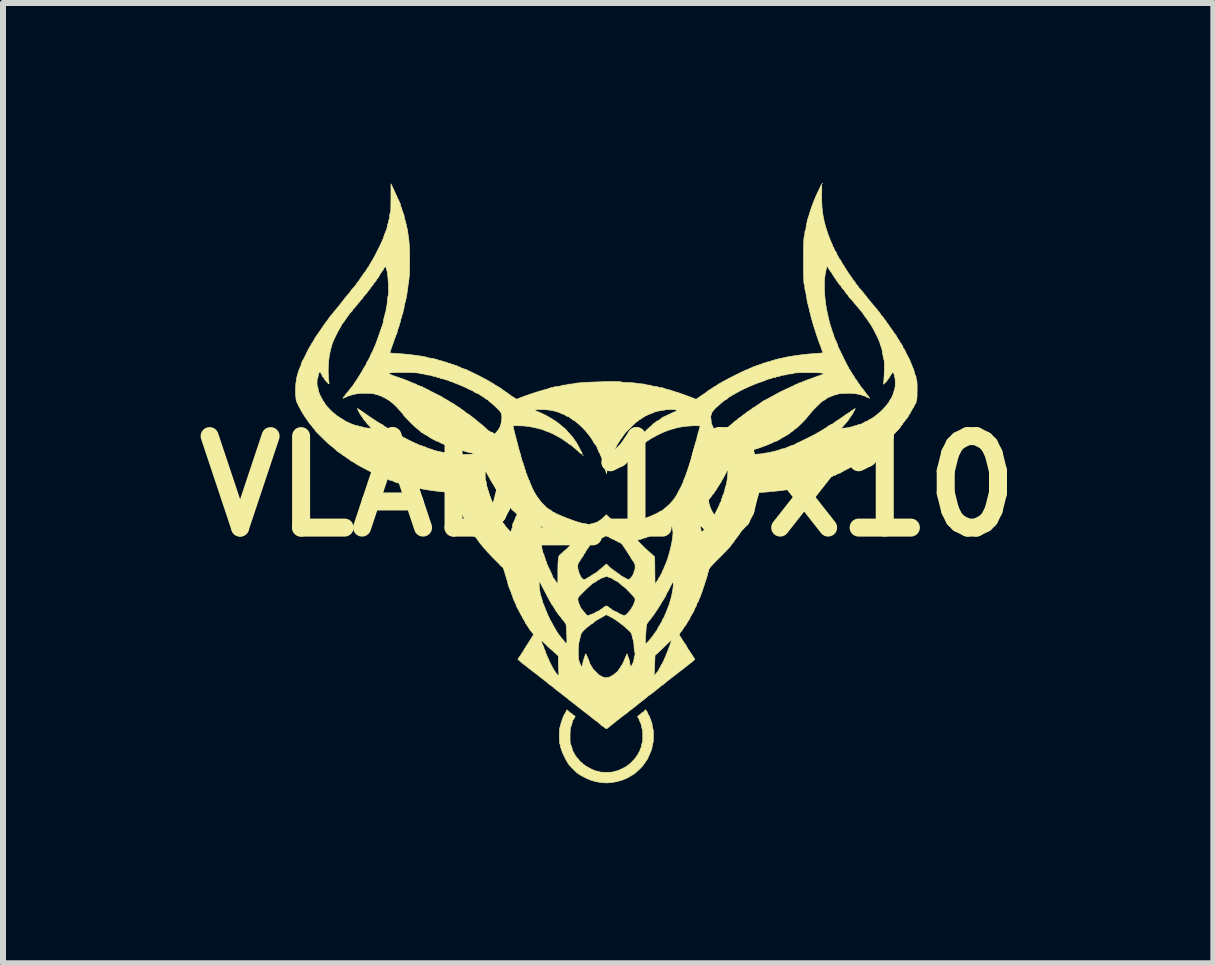
<source format=kicad_pcb>
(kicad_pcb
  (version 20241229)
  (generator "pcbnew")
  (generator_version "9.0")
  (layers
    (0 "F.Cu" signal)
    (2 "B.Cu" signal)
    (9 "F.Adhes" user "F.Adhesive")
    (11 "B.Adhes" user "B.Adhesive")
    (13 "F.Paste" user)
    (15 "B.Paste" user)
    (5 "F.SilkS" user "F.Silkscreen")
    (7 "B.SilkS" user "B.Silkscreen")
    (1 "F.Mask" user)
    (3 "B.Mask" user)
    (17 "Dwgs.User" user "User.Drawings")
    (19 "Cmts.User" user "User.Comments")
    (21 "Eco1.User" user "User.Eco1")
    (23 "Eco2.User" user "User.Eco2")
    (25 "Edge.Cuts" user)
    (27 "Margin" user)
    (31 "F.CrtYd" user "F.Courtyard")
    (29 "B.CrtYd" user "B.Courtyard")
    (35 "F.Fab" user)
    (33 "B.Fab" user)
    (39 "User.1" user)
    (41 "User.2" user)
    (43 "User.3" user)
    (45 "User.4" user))
  (footprint "VLAD_10x10"
    (layer "F.Cu")
    (at 7.083 5.051)
    (property "Reference" "VLAD_10x10" (at 0 0 0) (layer "F.SilkS") (effects (font (size 1.524 1.524) (thickness 0.3))))
    (attr through_hole)
    (fp_poly (pts (xy 0.364 -0.512) (xy 0.36 -0.508) (xy 0.356 -0.512) (xy 0.36 -0.516) (xy 0.364 -0.512)) (stroke (width 0.01) (type solid)) (fill yes) (layer "F.SilkS"))
    (fp_poly (pts (xy 3.573 -5.042) (xy 3.569 -5.038) (xy 3.564 -5.042) (xy 3.569 -5.046) (xy 3.573 -5.042)) (stroke (width 0.01) (type solid)) (fill yes) (layer "F.SilkS"))
    (fp_poly (pts (xy -0.418 -0.522) (xy -0.417 -0.512) (xy -0.418 -0.511) (xy -0.423 -0.512) (xy -0.423 -0.516) (xy -0.42 -0.523) (xy -0.418 -0.522)) (stroke (width 0.01) (type solid)) (fill yes) (layer "F.SilkS"))
    (fp_poly (pts (xy 0.636 3.741) (xy 0.648 3.757) (xy 0.652 3.767) (xy 0.656 3.78) (xy 0.665 3.8) (xy 0.676 3.819) (xy 0.686 3.832) (xy 0.688 3.834) (xy 0.693 3.844) (xy 0.694 3.857) (xy 0.697 3.873) (xy 0.703 3.878) (xy 0.709 3.885) (xy 0.711 3.897) (xy 0.715 3.917) (xy 0.72 3.926) (xy 0.726 3.939) (xy 0.731 3.963) (xy 0.734 3.987) (xy 0.738 4.015) (xy 0.742 4.036) (xy 0.746 4.044) (xy 0.749 4.053) (xy 0.751 4.076) (xy 0.753 4.108) (xy 0.753 4.146) (xy 0.753 4.185) (xy 0.752 4.222) (xy 0.751 4.252) (xy 0.749 4.273) (xy 0.746 4.279) (xy 0.741 4.289) (xy 0.737 4.311) (xy 0.734 4.33) (xy 0.73 4.358) (xy 0.726 4.38) (xy 0.723 4.388) (xy 0.716 4.405) (xy 0.713 4.415) (xy 0.708 4.431) (xy 0.702 4.435) (xy 0.696 4.445) (xy 0.694 4.458) (xy 0.691 4.474) (xy 0.686 4.479) (xy 0.678 4.485) (xy 0.677 4.488) (xy 0.673 4.505) (xy 0.662 4.529) (xy 0.649 4.554) (xy 0.635 4.573) (xy 0.633 4.576) (xy 0.62 4.594) (xy 0.613 4.607) (xy 0.606 4.62) (xy 0.601 4.623) (xy 0.593 4.629) (xy 0.593 4.632) (xy 0.587 4.644) (xy 0.57 4.665) (xy 0.546 4.691) (xy 0.517 4.719) (xy 0.486 4.748) (xy 0.456 4.775) (xy 0.428 4.796) (xy 0.423 4.8) (xy 0.327 4.857) (xy 0.229 4.899) (xy 0.124 4.926) (xy 0.059 4.936) (xy 0.021 4.94) (xy -0.01 4.943) (xy -0.039 4.943) (xy -0.071 4.941) (xy -0.112 4.937) (xy -0.131 4.935) (xy -0.172 4.928) (xy -0.22 4.918) (xy -0.266 4.905) (xy -0.276 4.902) (xy -0.317 4.886) (xy -0.363 4.866) (xy -0.411 4.842) (xy -0.455 4.818) (xy -0.492 4.795) (xy -0.516 4.777) (xy -0.54 4.756) (xy -0.568 4.728) (xy -0.598 4.699) (xy -0.624 4.671) (xy -0.644 4.649) (xy -0.65 4.643) (xy -0.673 4.609) (xy -0.699 4.566) (xy -0.724 4.517) (xy -0.748 4.467) (xy -0.768 4.418) (xy -0.784 4.374) (xy -0.794 4.339) (xy -0.796 4.321) (xy -0.799 4.304) (xy -0.804 4.297) (xy -0.808 4.287) (xy -0.81 4.261) (xy -0.812 4.224) (xy -0.813 4.175) (xy -0.813 4.157) (xy -0.812 4.106) (xy -0.811 4.064) (xy -0.808 4.034) (xy -0.805 4.019) (xy -0.804 4.017) (xy -0.797 4.005) (xy -0.796 3.996) (xy -0.793 3.981) (xy -0.786 3.953) (xy -0.775 3.92) (xy -0.763 3.884) (xy -0.751 3.851) (xy -0.74 3.826) (xy -0.736 3.817) (xy -0.724 3.796) (xy -0.709 3.769) (xy -0.705 3.761) (xy -0.686 3.726) (xy -0.654 3.755) (xy -0.635 3.772) (xy -0.621 3.783) (xy -0.616 3.785) (xy -0.607 3.79) (xy -0.592 3.803) (xy -0.589 3.806) (xy -0.573 3.82) (xy -0.56 3.827) (xy -0.559 3.827) (xy -0.551 3.83) (xy -0.55 3.831) (xy -0.554 3.843) (xy -0.563 3.862) (xy -0.574 3.88) (xy -0.583 3.893) (xy -0.586 3.895) (xy -0.592 3.902) (xy -0.593 3.908) (xy -0.595 3.924) (xy -0.602 3.95) (xy -0.611 3.98) (xy -0.621 4.007) (xy -0.628 4.024) (xy -0.63 4.037) (xy -0.632 4.063) (xy -0.634 4.097) (xy -0.635 4.138) (xy -0.635 4.18) (xy -0.635 4.22) (xy -0.634 4.255) (xy -0.632 4.281) (xy -0.63 4.294) (xy -0.63 4.295) (xy -0.623 4.307) (xy -0.614 4.329) (xy -0.605 4.357) (xy -0.597 4.382) (xy -0.593 4.401) (xy -0.593 4.405) (xy -0.59 4.417) (xy -0.586 4.42) (xy -0.579 4.427) (xy -0.57 4.444) (xy -0.569 4.447) (xy -0.55 4.484) (xy -0.518 4.525) (xy -0.497 4.547) (xy -0.483 4.565) (xy -0.475 4.578) (xy -0.474 4.58) (xy -0.468 4.589) (xy -0.467 4.589) (xy -0.456 4.594) (xy -0.44 4.608) (xy -0.431 4.617) (xy -0.402 4.641) (xy -0.364 4.667) (xy -0.32 4.692) (xy -0.276 4.715) (xy -0.233 4.734) (xy -0.197 4.746) (xy -0.173 4.75) (xy -0.155 4.753) (xy -0.148 4.758) (xy -0.138 4.762) (xy -0.115 4.764) (xy -0.082 4.766) (xy -0.045 4.767) (xy -0.005 4.767) (xy 0.031 4.766) (xy 0.062 4.764) (xy 0.083 4.761) (xy 0.089 4.759) (xy 0.103 4.752) (xy 0.123 4.748) (xy 0.139 4.745) (xy 0.154 4.741) (xy 0.172 4.734) (xy 0.196 4.724) (xy 0.231 4.707) (xy 0.254 4.696) (xy 0.294 4.675) (xy 0.328 4.652) (xy 0.363 4.624) (xy 0.395 4.593) (xy 0.423 4.564) (xy 0.447 4.537) (xy 0.463 4.516) (xy 0.469 4.506) (xy 0.477 4.491) (xy 0.483 4.487) (xy 0.49 4.48) (xy 0.496 4.468) (xy 0.505 4.447) (xy 0.518 4.427) (xy 0.529 4.406) (xy 0.533 4.387) (xy 0.537 4.372) (xy 0.542 4.367) (xy 0.548 4.358) (xy 0.553 4.337) (xy 0.556 4.322) (xy 0.56 4.297) (xy 0.566 4.279) (xy 0.569 4.275) (xy 0.573 4.264) (xy 0.575 4.241) (xy 0.577 4.209) (xy 0.577 4.171) (xy 0.577 4.132) (xy 0.576 4.096) (xy 0.573 4.067) (xy 0.57 4.049) (xy 0.568 4.045) (xy 0.561 4.03) (xy 0.559 4.011) (xy 0.554 3.98) (xy 0.539 3.941) (xy 0.524 3.91) (xy 0.518 3.893) (xy 0.516 3.886) (xy 0.511 3.873) (xy 0.504 3.864) (xy 0.494 3.848) (xy 0.492 3.834) (xy 0.499 3.827) (xy 0.5 3.827) (xy 0.511 3.821) (xy 0.528 3.807) (xy 0.538 3.797) (xy 0.557 3.78) (xy 0.572 3.769) (xy 0.576 3.768) (xy 0.588 3.762) (xy 0.602 3.747) (xy 0.603 3.746) (xy 0.62 3.724) (xy 0.636 3.741)) (stroke (width 0.01) (type solid)) (fill yes) (layer "F.SilkS"))
    (fp_poly (pts (xy -3.579 -4.955) (xy -3.563 -4.92) (xy -3.55 -4.891) (xy -3.541 -4.87) (xy -3.539 -4.862) (xy -3.534 -4.852) (xy -3.532 -4.851) (xy -3.525 -4.844) (xy -3.519 -4.826) (xy -3.519 -4.825) (xy -3.51 -4.799) (xy -3.497 -4.775) (xy -3.485 -4.755) (xy -3.48 -4.739) (xy -3.48 -4.738) (xy -3.475 -4.724) (xy -3.472 -4.72) (xy -3.466 -4.71) (xy -3.46 -4.688) (xy -3.458 -4.678) (xy -3.453 -4.655) (xy -3.447 -4.641) (xy -3.445 -4.64) (xy -3.44 -4.632) (xy -3.437 -4.615) (xy -3.437 -4.614) (xy -3.435 -4.596) (xy -3.429 -4.589) (xy -3.429 -4.589) (xy -3.423 -4.582) (xy -3.421 -4.568) (xy -3.418 -4.55) (xy -3.413 -4.543) (xy -3.407 -4.532) (xy -3.401 -4.511) (xy -3.399 -4.498) (xy -3.395 -4.47) (xy -3.389 -4.447) (xy -3.387 -4.441) (xy -3.38 -4.421) (xy -3.372 -4.39) (xy -3.363 -4.352) (xy -3.354 -4.312) (xy -3.346 -4.275) (xy -3.341 -4.246) (xy -3.341 -4.242) (xy -3.337 -4.217) (xy -3.332 -4.182) (xy -3.326 -4.14) (xy -3.322 -4.111) (xy -3.318 -4.07) (xy -3.314 -4.016) (xy -3.311 -3.951) (xy -3.309 -3.88) (xy -3.308 -3.804) (xy -3.308 -3.728) (xy -3.308 -3.654) (xy -3.31 -3.586) (xy -3.312 -3.527) (xy -3.316 -3.48) (xy -3.318 -3.463) (xy -3.323 -3.422) (xy -3.33 -3.372) (xy -3.337 -3.322) (xy -3.34 -3.298) (xy -3.348 -3.242) (xy -3.356 -3.187) (xy -3.365 -3.137) (xy -3.374 -3.095) (xy -3.382 -3.065) (xy -3.386 -3.052) (xy -3.392 -3.034) (xy -3.397 -3.007) (xy -3.399 -2.989) (xy -3.403 -2.962) (xy -3.408 -2.941) (xy -3.41 -2.934) (xy -3.415 -2.92) (xy -3.418 -2.901) (xy -3.422 -2.88) (xy -3.428 -2.867) (xy -3.435 -2.853) (xy -3.437 -2.836) (xy -3.44 -2.817) (xy -3.445 -2.806) (xy -3.451 -2.794) (xy -3.457 -2.771) (xy -3.459 -2.76) (xy -3.464 -2.735) (xy -3.47 -2.718) (xy -3.472 -2.714) (xy -3.478 -2.7) (xy -3.48 -2.687) (xy -3.484 -2.666) (xy -3.492 -2.646) (xy -3.5 -2.625) (xy -3.509 -2.596) (xy -3.514 -2.573) (xy -3.521 -2.547) (xy -3.528 -2.529) (xy -3.532 -2.523) (xy -3.538 -2.516) (xy -3.539 -2.508) (xy -3.542 -2.491) (xy -3.545 -2.486) (xy -3.551 -2.475) (xy -3.559 -2.454) (xy -3.565 -2.436) (xy -3.574 -2.409) (xy -3.587 -2.371) (xy -3.602 -2.33) (xy -3.61 -2.308) (xy -3.622 -2.273) (xy -3.631 -2.245) (xy -3.637 -2.226) (xy -3.637 -2.221) (xy -3.628 -2.219) (xy -3.605 -2.217) (xy -3.571 -2.214) (xy -3.529 -2.211) (xy -3.5 -2.21) (xy -3.434 -2.205) (xy -3.364 -2.199) (xy -3.293 -2.191) (xy -3.225 -2.183) (xy -3.162 -2.174) (xy -3.105 -2.166) (xy -3.059 -2.157) (xy -3.026 -2.149) (xy -3.014 -2.145) (xy -2.995 -2.139) (xy -2.989 -2.138) (xy -2.94 -2.13) (xy -2.895 -2.122) (xy -2.859 -2.112) (xy -2.833 -2.104) (xy -2.824 -2.098) (xy -2.81 -2.093) (xy -2.793 -2.091) (xy -2.774 -2.089) (xy -2.765 -2.084) (xy -2.754 -2.078) (xy -2.733 -2.073) (xy -2.722 -2.071) (xy -2.698 -2.066) (xy -2.682 -2.059) (xy -2.679 -2.057) (xy -2.668 -2.051) (xy -2.65 -2.049) (xy -2.632 -2.046) (xy -2.625 -2.04) (xy -2.617 -2.035) (xy -2.6 -2.032) (xy -2.599 -2.032) (xy -2.581 -2.03) (xy -2.574 -2.024) (xy -2.574 -2.024) (xy -2.566 -2.018) (xy -2.548 -2.012) (xy -2.54 -2.011) (xy -2.519 -2.006) (xy -2.507 -1.999) (xy -2.506 -1.997) (xy -2.499 -1.991) (xy -2.491 -1.99) (xy -2.473 -1.986) (xy -2.468 -1.982) (xy -2.455 -1.974) (xy -2.432 -1.965) (xy -2.407 -1.956) (xy -2.382 -1.948) (xy -2.365 -1.944) (xy -2.359 -1.945) (xy -2.354 -1.944) (xy -2.354 -1.94) (xy -2.348 -1.931) (xy -2.345 -1.93) (xy -2.335 -1.927) (xy -2.313 -1.917) (xy -2.281 -1.902) (xy -2.244 -1.884) (xy -2.204 -1.865) (xy -2.164 -1.845) (xy -2.127 -1.826) (xy -2.096 -1.81) (xy -2.074 -1.798) (xy -2.065 -1.792) (xy -2.065 -1.792) (xy -2.054 -1.786) (xy -2.052 -1.786) (xy -2.041 -1.782) (xy -2.022 -1.772) (xy -2.012 -1.765) (xy -1.991 -1.753) (xy -1.976 -1.745) (xy -1.972 -1.744) (xy -1.964 -1.738) (xy -1.964 -1.737) (xy -1.957 -1.729) (xy -1.945 -1.724) (xy -1.924 -1.715) (xy -1.909 -1.704) (xy -1.891 -1.691) (xy -1.866 -1.676) (xy -1.858 -1.672) (xy -1.837 -1.661) (xy -1.824 -1.651) (xy -1.822 -1.649) (xy -1.812 -1.643) (xy -1.811 -1.643) (xy -1.798 -1.637) (xy -1.79 -1.632) (xy -1.767 -1.612) (xy -1.753 -1.602) (xy -1.748 -1.6) (xy -1.738 -1.595) (xy -1.731 -1.59) (xy -1.709 -1.57) (xy -1.695 -1.561) (xy -1.686 -1.558) (xy -1.685 -1.558) (xy -1.677 -1.553) (xy -1.676 -1.551) (xy -1.67 -1.544) (xy -1.653 -1.532) (xy -1.647 -1.529) (xy -1.628 -1.517) (xy -1.618 -1.508) (xy -1.617 -1.506) (xy -1.611 -1.499) (xy -1.609 -1.499) (xy -1.598 -1.494) (xy -1.578 -1.482) (xy -1.564 -1.473) (xy -1.542 -1.458) (xy -1.527 -1.451) (xy -1.513 -1.453) (xy -1.494 -1.461) (xy -1.494 -1.461) (xy -1.439 -1.483) (xy -1.372 -1.508) (xy -1.298 -1.533) (xy -1.221 -1.559) (xy -1.147 -1.582) (xy -1.079 -1.602) (xy -1.037 -1.613) (xy -1.007 -1.622) (xy -0.983 -1.629) (xy -0.97 -1.635) (xy -0.97 -1.635) (xy -0.956 -1.641) (xy -0.939 -1.643) (xy -0.92 -1.645) (xy -0.911 -1.65) (xy -0.901 -1.654) (xy -0.878 -1.658) (xy -0.848 -1.662) (xy -0.838 -1.663) (xy -0.807 -1.667) (xy -0.783 -1.671) (xy -0.771 -1.676) (xy -0.77 -1.677) (xy -0.763 -1.682) (xy -0.743 -1.684) (xy -0.729 -1.685) (xy -0.703 -1.686) (xy -0.686 -1.69) (xy -0.682 -1.693) (xy -0.671 -1.698) (xy -0.649 -1.701) (xy -0.63 -1.702) (xy -0.601 -1.703) (xy -0.577 -1.707) (xy -0.567 -1.71) (xy -0.552 -1.714) (xy -0.522 -1.718) (xy -0.48 -1.722) (xy -0.428 -1.726) (xy -0.368 -1.73) (xy -0.302 -1.733) (xy -0.232 -1.736) (xy -0.161 -1.738) (xy -0.089 -1.741) (xy -0.021 -1.742) (xy 0.044 -1.743) (xy 0.101 -1.743) (xy 0.15 -1.743) (xy 0.188 -1.741) (xy 0.213 -1.739) (xy 0.223 -1.736) (xy 0.235 -1.732) (xy 0.26 -1.729) (xy 0.293 -1.727) (xy 0.321 -1.727) (xy 0.365 -1.725) (xy 0.407 -1.723) (xy 0.443 -1.72) (xy 0.457 -1.717) (xy 0.491 -1.712) (xy 0.532 -1.707) (xy 0.563 -1.705) (xy 0.594 -1.702) (xy 0.618 -1.697) (xy 0.63 -1.693) (xy 0.63 -1.693) (xy 0.643 -1.688) (xy 0.666 -1.685) (xy 0.673 -1.685) (xy 0.697 -1.683) (xy 0.714 -1.678) (xy 0.716 -1.676) (xy 0.729 -1.671) (xy 0.753 -1.666) (xy 0.782 -1.662) (xy 0.81 -1.659) (xy 0.83 -1.654) (xy 0.838 -1.65) (xy 0.838 -1.65) (xy 0.846 -1.645) (xy 0.865 -1.643) (xy 0.875 -1.643) (xy 0.899 -1.641) (xy 0.916 -1.637) (xy 0.919 -1.635) (xy 0.931 -1.63) (xy 0.954 -1.622) (xy 0.984 -1.614) (xy 0.986 -1.613) (xy 1.018 -1.605) (xy 1.046 -1.597) (xy 1.062 -1.591) (xy 1.063 -1.591) (xy 1.079 -1.585) (xy 1.106 -1.577) (xy 1.138 -1.567) (xy 1.143 -1.565) (xy 1.174 -1.556) (xy 1.216 -1.541) (xy 1.264 -1.524) (xy 1.314 -1.506) (xy 1.336 -1.498) (xy 1.465 -1.448) (xy 1.529 -1.492) (xy 1.559 -1.513) (xy 1.586 -1.531) (xy 1.605 -1.543) (xy 1.61 -1.546) (xy 1.627 -1.559) (xy 1.648 -1.576) (xy 1.65 -1.578) (xy 1.667 -1.592) (xy 1.679 -1.6) (xy 1.68 -1.6) (xy 1.691 -1.605) (xy 1.709 -1.617) (xy 1.715 -1.621) (xy 1.735 -1.635) (xy 1.749 -1.642) (xy 1.752 -1.643) (xy 1.761 -1.649) (xy 1.761 -1.651) (xy 1.768 -1.659) (xy 1.782 -1.664) (xy 1.798 -1.671) (xy 1.803 -1.677) (xy 1.81 -1.684) (xy 1.816 -1.685) (xy 1.827 -1.689) (xy 1.829 -1.693) (xy 1.835 -1.702) (xy 1.837 -1.702) (xy 1.848 -1.706) (xy 1.869 -1.717) (xy 1.895 -1.732) (xy 1.899 -1.735) (xy 1.926 -1.75) (xy 1.965 -1.771) (xy 2.012 -1.796) (xy 2.064 -1.823) (xy 2.119 -1.85) (xy 2.172 -1.877) (xy 2.222 -1.901) (xy 2.265 -1.921) (xy 2.299 -1.936) (xy 2.316 -1.943) (xy 2.341 -1.953) (xy 2.36 -1.962) (xy 2.366 -1.966) (xy 2.381 -1.972) (xy 2.389 -1.973) (xy 2.402 -1.977) (xy 2.405 -1.981) (xy 2.412 -1.988) (xy 2.424 -1.99) (xy 2.446 -1.995) (xy 2.459 -2.003) (xy 2.48 -2.013) (xy 2.495 -2.015) (xy 2.51 -2.018) (xy 2.515 -2.024) (xy 2.522 -2.029) (xy 2.54 -2.032) (xy 2.54 -2.032) (xy 2.558 -2.034) (xy 2.565 -2.04) (xy 2.565 -2.04) (xy 2.573 -2.047) (xy 2.586 -2.049) (xy 2.608 -2.053) (xy 2.63 -2.062) (xy 2.655 -2.071) (xy 2.676 -2.074) (xy 2.695 -2.077) (xy 2.706 -2.082) (xy 2.72 -2.089) (xy 2.735 -2.093) (xy 2.752 -2.096) (xy 2.76 -2.1) (xy 2.77 -2.104) (xy 2.792 -2.11) (xy 2.822 -2.117) (xy 2.832 -2.12) (xy 2.873 -2.129) (xy 2.915 -2.138) (xy 2.95 -2.146) (xy 2.951 -2.147) (xy 2.988 -2.154) (xy 3.038 -2.163) (xy 3.097 -2.172) (xy 3.16 -2.181) (xy 3.224 -2.19) (xy 3.285 -2.197) (xy 3.338 -2.202) (xy 3.374 -2.205) (xy 3.439 -2.209) (xy 3.489 -2.213) (xy 3.526 -2.216) (xy 3.552 -2.219) (xy 3.569 -2.222) (xy 3.578 -2.225) (xy 3.581 -2.23) (xy 3.581 -2.232) (xy 3.578 -2.243) (xy 3.575 -2.244) (xy 3.569 -2.251) (xy 3.561 -2.271) (xy 3.552 -2.297) (xy 3.541 -2.33) (xy 3.529 -2.361) (xy 3.521 -2.379) (xy 3.514 -2.398) (xy 3.502 -2.432) (xy 3.486 -2.479) (xy 3.467 -2.537) (xy 3.445 -2.605) (xy 3.421 -2.681) (xy 3.4 -2.752) (xy 3.39 -2.787) (xy 3.378 -2.832) (xy 3.366 -2.88) (xy 3.357 -2.917) (xy 3.348 -2.958) (xy 3.339 -2.994) (xy 3.332 -3.021) (xy 3.328 -3.035) (xy 3.324 -3.05) (xy 3.318 -3.078) (xy 3.312 -3.114) (xy 3.306 -3.154) (xy 3.299 -3.194) (xy 3.293 -3.228) (xy 3.288 -3.252) (xy 3.284 -3.263) (xy 3.284 -3.263) (xy 3.28 -3.276) (xy 3.277 -3.299) (xy 3.277 -3.316) (xy 3.275 -3.345) (xy 3.269 -3.361) (xy 3.266 -3.363) (xy 3.263 -3.372) (xy 3.261 -3.396) (xy 3.259 -3.433) (xy 3.258 -3.481) (xy 3.256 -3.537) (xy 3.255 -3.6) (xy 3.255 -3.668) (xy 3.255 -3.739) (xy 3.255 -3.81) (xy 3.255 -3.88) (xy 3.256 -3.946) (xy 3.257 -4.007) (xy 3.258 -4.06) (xy 3.26 -4.104) (xy 3.262 -4.136) (xy 3.265 -4.155) (xy 3.266 -4.158) (xy 3.272 -4.172) (xy 3.276 -4.197) (xy 3.277 -4.214) (xy 3.278 -4.239) (xy 3.282 -4.255) (xy 3.285 -4.259) (xy 3.292 -4.266) (xy 3.294 -4.278) (xy 3.295 -4.297) (xy 3.3 -4.328) (xy 3.306 -4.364) (xy 3.313 -4.4) (xy 3.32 -4.432) (xy 3.326 -4.453) (xy 3.328 -4.458) (xy 3.333 -4.473) (xy 3.342 -4.5) (xy 3.352 -4.534) (xy 3.36 -4.559) (xy 3.389 -4.649) (xy 3.425 -4.745) (xy 3.465 -4.84) (xy 3.504 -4.925) (xy 3.522 -4.96) (xy 3.536 -4.99) (xy 3.545 -5.011) (xy 3.548 -5.02) (xy 3.552 -5.029) (xy 3.554 -5.029) (xy 3.556 -5.021) (xy 3.558 -4.999) (xy 3.559 -4.965) (xy 3.559 -4.921) (xy 3.558 -4.871) (xy 3.558 -4.862) (xy 3.558 -4.756) (xy 3.562 -4.662) (xy 3.57 -4.574) (xy 3.584 -4.488) (xy 3.598 -4.42) (xy 3.611 -4.369) (xy 3.627 -4.31) (xy 3.647 -4.248) (xy 3.668 -4.186) (xy 3.689 -4.13) (xy 3.708 -4.083) (xy 3.717 -4.062) (xy 3.73 -4.034) (xy 3.739 -4.011) (xy 3.742 -3.999) (xy 3.747 -3.989) (xy 3.751 -3.988) (xy 3.758 -3.981) (xy 3.759 -3.974) (xy 3.763 -3.958) (xy 3.773 -3.937) (xy 3.784 -3.917) (xy 3.794 -3.905) (xy 3.795 -3.905) (xy 3.801 -3.895) (xy 3.802 -3.89) (xy 3.806 -3.875) (xy 3.817 -3.854) (xy 3.823 -3.844) (xy 3.835 -3.822) (xy 3.843 -3.807) (xy 3.844 -3.803) (xy 3.85 -3.792) (xy 3.857 -3.784) (xy 3.868 -3.771) (xy 3.882 -3.748) (xy 3.892 -3.728) (xy 3.905 -3.704) (xy 3.916 -3.688) (xy 3.921 -3.683) (xy 3.928 -3.676) (xy 3.929 -3.673) (xy 3.933 -3.663) (xy 3.945 -3.642) (xy 3.963 -3.614) (xy 3.984 -3.581) (xy 4.006 -3.547) (xy 4.028 -3.516) (xy 4.046 -3.489) (xy 4.06 -3.471) (xy 4.066 -3.464) (xy 4.072 -3.455) (xy 4.072 -3.453) (xy 4.078 -3.442) (xy 4.091 -3.426) (xy 4.094 -3.424) (xy 4.108 -3.408) (xy 4.115 -3.395) (xy 4.115 -3.394) (xy 4.12 -3.384) (xy 4.134 -3.366) (xy 4.144 -3.354) (xy 4.161 -3.334) (xy 4.172 -3.318) (xy 4.174 -3.313) (xy 4.179 -3.303) (xy 4.182 -3.302) (xy 4.189 -3.296) (xy 4.205 -3.278) (xy 4.228 -3.252) (xy 4.255 -3.219) (xy 4.275 -3.194) (xy 4.305 -3.156) (xy 4.333 -3.12) (xy 4.357 -3.091) (xy 4.374 -3.07) (xy 4.379 -3.063) (xy 4.413 -3.024) (xy 4.438 -2.994) (xy 4.46 -2.967) (xy 4.482 -2.941) (xy 4.496 -2.924) (xy 4.516 -2.899) (xy 4.531 -2.879) (xy 4.538 -2.868) (xy 4.538 -2.867) (xy 4.543 -2.858) (xy 4.553 -2.847) (xy 4.569 -2.829) (xy 4.585 -2.808) (xy 4.603 -2.783) (xy 4.621 -2.762) (xy 4.635 -2.742) (xy 4.644 -2.725) (xy 4.645 -2.724) (xy 4.652 -2.712) (xy 4.657 -2.709) (xy 4.664 -2.702) (xy 4.665 -2.697) (xy 4.669 -2.685) (xy 4.673 -2.684) (xy 4.682 -2.677) (xy 4.686 -2.668) (xy 4.695 -2.65) (xy 4.707 -2.636) (xy 4.721 -2.619) (xy 4.738 -2.594) (xy 4.746 -2.582) (xy 4.762 -2.557) (xy 4.778 -2.536) (xy 4.783 -2.53) (xy 4.797 -2.512) (xy 4.811 -2.487) (xy 4.814 -2.481) (xy 4.825 -2.46) (xy 4.834 -2.448) (xy 4.837 -2.447) (xy 4.842 -2.44) (xy 4.843 -2.434) (xy 4.847 -2.423) (xy 4.85 -2.421) (xy 4.858 -2.414) (xy 4.863 -2.4) (xy 4.87 -2.384) (xy 4.877 -2.379) (xy 4.885 -2.373) (xy 4.885 -2.37) (xy 4.891 -2.357) (xy 4.898 -2.348) (xy 4.909 -2.33) (xy 4.911 -2.319) (xy 4.914 -2.306) (xy 4.918 -2.303) (xy 4.924 -2.296) (xy 4.936 -2.277) (xy 4.949 -2.251) (xy 4.949 -2.25) (xy 4.966 -2.215) (xy 4.985 -2.179) (xy 4.997 -2.156) (xy 5.012 -2.128) (xy 5.029 -2.092) (xy 5.045 -2.053) (xy 5.047 -2.046) (xy 5.06 -2.014) (xy 5.071 -1.988) (xy 5.078 -1.971) (xy 5.08 -1.968) (xy 5.085 -1.957) (xy 5.092 -1.933) (xy 5.101 -1.903) (xy 5.102 -1.899) (xy 5.11 -1.869) (xy 5.118 -1.847) (xy 5.123 -1.837) (xy 5.124 -1.837) (xy 5.128 -1.83) (xy 5.131 -1.811) (xy 5.131 -1.803) (xy 5.133 -1.782) (xy 5.137 -1.77) (xy 5.139 -1.77) (xy 5.142 -1.761) (xy 5.145 -1.737) (xy 5.147 -1.698) (xy 5.148 -1.645) (xy 5.148 -1.605) (xy 5.147 -1.546) (xy 5.146 -1.498) (xy 5.144 -1.462) (xy 5.141 -1.441) (xy 5.139 -1.435) (xy 5.133 -1.424) (xy 5.131 -1.405) (xy 5.129 -1.387) (xy 5.124 -1.38) (xy 5.117 -1.373) (xy 5.107 -1.355) (xy 5.102 -1.344) (xy 5.092 -1.322) (xy 5.084 -1.307) (xy 5.081 -1.304) (xy 5.072 -1.292) (xy 5.06 -1.271) (xy 5.046 -1.246) (xy 5.037 -1.226) (xy 5.028 -1.209) (xy 5.021 -1.202) (xy 5.014 -1.195) (xy 5.009 -1.183) (xy 5 -1.164) (xy 4.986 -1.142) (xy 4.983 -1.139) (xy 4.965 -1.116) (xy 4.948 -1.095) (xy 4.947 -1.094) (xy 4.932 -1.075) (xy 4.921 -1.062) (xy 4.912 -1.05) (xy 4.911 -1.046) (xy 4.906 -1.035) (xy 4.9 -1.028) (xy 4.88 -1.005) (xy 4.87 -0.992) (xy 4.868 -0.985) (xy 4.862 -0.975) (xy 4.846 -0.955) (xy 4.82 -0.928) (xy 4.787 -0.894) (xy 4.749 -0.855) (xy 4.707 -0.815) (xy 4.663 -0.773) (xy 4.619 -0.731) (xy 4.577 -0.693) (xy 4.539 -0.658) (xy 4.506 -0.63) (xy 4.48 -0.609) (xy 4.475 -0.606) (xy 4.441 -0.58) (xy 4.405 -0.55) (xy 4.391 -0.543) (xy 4.386 -0.542) (xy 4.378 -0.537) (xy 4.377 -0.535) (xy 4.371 -0.527) (xy 4.354 -0.515) (xy 4.35 -0.513) (xy 4.328 -0.498) (xy 4.311 -0.484) (xy 4.31 -0.483) (xy 4.294 -0.471) (xy 4.271 -0.457) (xy 4.265 -0.454) (xy 4.245 -0.442) (xy 4.234 -0.433) (xy 4.233 -0.43) (xy 4.226 -0.424) (xy 4.221 -0.423) (xy 4.209 -0.419) (xy 4.208 -0.415) (xy 4.201 -0.407) (xy 4.187 -0.401) (xy 4.171 -0.395) (xy 4.166 -0.389) (xy 4.159 -0.381) (xy 4.158 -0.381) (xy 4.148 -0.377) (xy 4.127 -0.366) (xy 4.1 -0.35) (xy 4.092 -0.346) (xy 4.058 -0.326) (xy 4.015 -0.302) (xy 3.972 -0.28) (xy 3.958 -0.273) (xy 3.926 -0.256) (xy 3.9 -0.242) (xy 3.883 -0.231) (xy 3.879 -0.228) (xy 3.869 -0.221) (xy 3.865 -0.22) (xy 3.85 -0.217) (xy 3.828 -0.208) (xy 3.806 -0.198) (xy 3.79 -0.188) (xy 3.786 -0.184) (xy 3.776 -0.179) (xy 3.763 -0.178) (xy 3.747 -0.175) (xy 3.742 -0.169) (xy 3.735 -0.162) (xy 3.727 -0.161) (xy 3.71 -0.157) (xy 3.688 -0.148) (xy 3.668 -0.139) (xy 3.652 -0.135) (xy 3.642 -0.131) (xy 3.641 -0.127) (xy 3.633 -0.12) (xy 3.622 -0.118) (xy 3.599 -0.113) (xy 3.586 -0.106) (xy 3.565 -0.096) (xy 3.55 -0.093) (xy 3.535 -0.09) (xy 3.531 -0.085) (xy 3.523 -0.079) (xy 3.506 -0.076) (xy 3.486 -0.074) (xy 3.476 -0.068) (xy 3.465 -0.062) (xy 3.444 -0.056) (xy 3.436 -0.055) (xy 3.41 -0.049) (xy 3.39 -0.043) (xy 3.387 -0.042) (xy 3.365 -0.033) (xy 3.33 -0.022) (xy 3.284 -0.009) (xy 3.23 0.005) (xy 3.171 0.019) (xy 3.11 0.033) (xy 3.05 0.046) (xy 3.006 0.054) (xy 2.965 0.061) (xy 2.911 0.068) (xy 2.848 0.076) (xy 2.78 0.083) (xy 2.71 0.09) (xy 2.643 0.096) (xy 2.596 0.1) (xy 2.503 0.106) (xy 2.495 0.135) (xy 2.488 0.157) (xy 2.481 0.172) (xy 2.48 0.173) (xy 2.474 0.187) (xy 2.472 0.205) (xy 2.47 0.222) (xy 2.464 0.229) (xy 2.457 0.236) (xy 2.455 0.248) (xy 2.451 0.269) (xy 2.443 0.291) (xy 2.434 0.312) (xy 2.43 0.327) (xy 2.426 0.345) (xy 2.422 0.354) (xy 2.413 0.373) (xy 2.406 0.389) (xy 2.372 0.465) (xy 2.334 0.543) (xy 2.292 0.621) (xy 2.248 0.697) (xy 2.206 0.767) (xy 2.165 0.827) (xy 2.128 0.876) (xy 2.118 0.888) (xy 2.105 0.904) (xy 2.1 0.914) (xy 2.1 0.914) (xy 2.095 0.924) (xy 2.085 0.936) (xy 2.068 0.956) (xy 2.055 0.974) (xy 2.041 0.994) (xy 2.02 1.019) (xy 1.991 1.05) (xy 1.955 1.089) (xy 1.908 1.136) (xy 1.851 1.194) (xy 1.831 1.214) (xy 1.792 1.253) (xy 1.757 1.289) (xy 1.728 1.32) (xy 1.707 1.343) (xy 1.695 1.358) (xy 1.693 1.361) (xy 1.688 1.371) (xy 1.685 1.372) (xy 1.679 1.379) (xy 1.676 1.397) (xy 1.674 1.416) (xy 1.669 1.426) (xy 1.663 1.437) (xy 1.657 1.458) (xy 1.655 1.467) (xy 1.65 1.494) (xy 1.644 1.516) (xy 1.643 1.52) (xy 1.638 1.534) (xy 1.629 1.561) (xy 1.617 1.596) (xy 1.605 1.634) (xy 1.579 1.713) (xy 1.557 1.777) (xy 1.539 1.827) (xy 1.525 1.861) (xy 1.519 1.872) (xy 1.51 1.893) (xy 1.507 1.908) (xy 1.504 1.92) (xy 1.501 1.922) (xy 1.493 1.929) (xy 1.483 1.948) (xy 1.473 1.974) (xy 1.469 1.992) (xy 1.462 2.009) (xy 1.455 2.015) (xy 1.449 2.02) (xy 1.45 2.021) (xy 1.447 2.032) (xy 1.439 2.052) (xy 1.428 2.077) (xy 1.415 2.102) (xy 1.404 2.122) (xy 1.396 2.133) (xy 1.395 2.134) (xy 1.389 2.14) (xy 1.389 2.146) (xy 1.384 2.158) (xy 1.381 2.159) (xy 1.374 2.166) (xy 1.368 2.183) (xy 1.359 2.207) (xy 1.348 2.224) (xy 1.335 2.242) (xy 1.32 2.266) (xy 1.317 2.274) (xy 1.305 2.295) (xy 1.297 2.309) (xy 1.295 2.311) (xy 1.286 2.323) (xy 1.272 2.34) (xy 1.259 2.36) (xy 1.248 2.376) (xy 1.245 2.383) (xy 1.239 2.393) (xy 1.225 2.411) (xy 1.207 2.433) (xy 1.2 2.44) (xy 1.187 2.463) (xy 1.188 2.487) (xy 1.196 2.499) (xy 1.206 2.512) (xy 1.22 2.534) (xy 1.237 2.563) (xy 1.24 2.568) (xy 1.257 2.594) (xy 1.271 2.615) (xy 1.279 2.624) (xy 1.28 2.625) (xy 1.286 2.632) (xy 1.287 2.637) (xy 1.292 2.649) (xy 1.295 2.65) (xy 1.303 2.657) (xy 1.304 2.661) (xy 1.308 2.674) (xy 1.321 2.695) (xy 1.337 2.721) (xy 1.338 2.721) (xy 1.355 2.746) (xy 1.367 2.766) (xy 1.372 2.777) (xy 1.372 2.777) (xy 1.377 2.785) (xy 1.379 2.786) (xy 1.387 2.792) (xy 1.398 2.81) (xy 1.402 2.817) (xy 1.416 2.842) (xy 1.431 2.863) (xy 1.433 2.866) (xy 1.442 2.877) (xy 1.442 2.886) (xy 1.431 2.898) (xy 1.421 2.906) (xy 1.402 2.922) (xy 1.372 2.946) (xy 1.334 2.976) (xy 1.29 3.01) (xy 1.244 3.047) (xy 1.197 3.083) (xy 1.153 3.117) (xy 1.114 3.148) (xy 1.082 3.172) (xy 1.067 3.183) (xy 1.023 3.217) (xy 0.974 3.256) (xy 0.937 3.287) (xy 0.917 3.304) (xy 0.901 3.315) (xy 0.896 3.318) (xy 0.885 3.325) (xy 0.867 3.339) (xy 0.861 3.345) (xy 0.838 3.364) (xy 0.81 3.387) (xy 0.78 3.411) (xy 0.749 3.435) (xy 0.722 3.456) (xy 0.701 3.472) (xy 0.69 3.479) (xy 0.688 3.48) (xy 0.679 3.485) (xy 0.67 3.492) (xy 0.637 3.521) (xy 0.602 3.55) (xy 0.589 3.56) (xy 0.567 3.576) (xy 0.55 3.589) (xy 0.532 3.604) (xy 0.513 3.619) (xy 0.49 3.637) (xy 0.471 3.653) (xy 0.45 3.671) (xy 0.428 3.687) (xy 0.408 3.702) (xy 0.394 3.715) (xy 0.393 3.715) (xy 0.381 3.724) (xy 0.376 3.725) (xy 0.367 3.731) (xy 0.357 3.741) (xy 0.344 3.752) (xy 0.321 3.771) (xy 0.293 3.793) (xy 0.275 3.806) (xy 0.246 3.827) (xy 0.222 3.845) (xy 0.207 3.857) (xy 0.203 3.86) (xy 0.194 3.868) (xy 0.177 3.881) (xy 0.165 3.89) (xy 0.143 3.907) (xy 0.127 3.92) (xy 0.122 3.924) (xy 0.11 3.935) (xy 0.091 3.95) (xy 0.085 3.954) (xy 0.061 3.973) (xy 0.037 3.992) (xy 0.035 3.994) (xy 0.017 4.009) (xy 0.005 4.019) (xy 0.004 4.019) (xy -0.01 4.03) (xy -0.017 4.036) (xy -0.028 4.04) (xy -0.041 4.035) (xy -0.06 4.021) (xy -0.078 4.006) (xy -0.091 3.997) (xy -0.094 3.996) (xy -0.103 3.991) (xy -0.119 3.978) (xy -0.124 3.973) (xy -0.159 3.942) (xy -0.187 3.919) (xy -0.205 3.906) (xy -0.219 3.897) (xy -0.239 3.881) (xy -0.251 3.872) (xy -0.272 3.855) (xy -0.302 3.831) (xy -0.335 3.805) (xy -0.353 3.791) (xy -0.427 3.734) (xy -0.489 3.685) (xy -0.538 3.647) (xy -0.574 3.618) (xy -0.597 3.6) (xy -0.606 3.592) (xy -0.618 3.583) (xy -0.623 3.581) (xy -0.632 3.576) (xy -0.642 3.566) (xy -0.655 3.555) (xy -0.678 3.536) (xy -0.706 3.514) (xy -0.72 3.503) (xy -0.752 3.479) (xy -0.782 3.455) (xy -0.806 3.436) (xy -0.812 3.431) (xy -0.833 3.415) (xy -0.851 3.402) (xy -0.854 3.4) (xy -0.871 3.388) (xy -0.876 3.382) (xy -0.889 3.371) (xy -0.908 3.354) (xy -0.93 3.337) (xy -0.951 3.321) (xy -0.965 3.312) (xy -0.969 3.31) (xy -0.978 3.305) (xy -0.993 3.292) (xy -0.994 3.291) (xy -1.017 3.27) (xy -1.038 3.252) (xy -1.055 3.239) (xy -1.063 3.234) (xy -1.071 3.229) (xy -1.082 3.219) (xy -1.1 3.204) (xy -1.121 3.188) (xy -1.145 3.17) (xy -1.165 3.154) (xy -1.183 3.139) (xy -1.208 3.12) (xy -1.225 3.107) (xy -1.249 3.09) (xy -1.267 3.075) (xy -1.275 3.069) (xy -1.288 3.059) (xy -1.307 3.045) (xy -1.308 3.044) (xy -1.332 3.026) (xy -1.352 3.008) (xy -1.367 2.995) (xy -1.376 2.989) (xy -1.377 2.989) (xy -1.379 2.988) (xy -1.383 2.986) (xy -1.391 2.98) (xy -1.406 2.968) (xy -1.429 2.949) (xy -1.453 2.928) (xy -1.505 2.884) (xy -1.483 2.85) (xy -1.469 2.829) (xy -1.457 2.815) (xy -1.454 2.812) (xy -1.448 2.803) (xy -1.448 2.798) (xy -1.444 2.787) (xy -1.441 2.786) (xy -1.433 2.779) (xy -1.427 2.77) (xy -1.413 2.745) (xy -1.398 2.719) (xy -1.379 2.688) (xy -1.355 2.65) (xy -1.323 2.601) (xy -1.316 2.59) (xy -1.311 2.582) (xy -1.112 2.582) (xy -1.106 2.604) (xy -1.094 2.635) (xy -1.078 2.669) (xy -1.074 2.677) (xy -1.068 2.699) (xy -1.067 2.709) (xy -1.064 2.723) (xy -1.059 2.726) (xy -1.053 2.734) (xy -1.047 2.752) (xy -1.046 2.76) (xy -1.04 2.781) (xy -1.034 2.793) (xy -1.032 2.794) (xy -1.026 2.801) (xy -1.024 2.81) (xy -1.02 2.827) (xy -1.01 2.85) (xy -1.003 2.863) (xy -0.991 2.887) (xy -0.983 2.908) (xy -0.982 2.915) (xy -0.979 2.927) (xy -0.976 2.929) (xy -0.969 2.937) (xy -0.959 2.955) (xy -0.954 2.968) (xy -0.94 2.997) (xy -0.921 3.031) (xy -0.9 3.066) (xy -0.877 3.1) (xy -0.857 3.128) (xy -0.839 3.148) (xy -0.828 3.158) (xy -0.826 3.158) (xy -0.823 3.15) (xy -0.822 3.129) (xy -0.823 3.098) (xy -0.824 3.088) (xy -0.827 3.049) (xy -0.828 3) (xy -0.829 2.949) (xy -0.83 2.923) (xy -0.83 2.828) (xy -0.854 2.806) (xy -0.498 2.806) (xy -0.496 2.85) (xy -0.493 2.882) (xy -0.492 2.887) (xy -0.484 2.916) (xy -0.473 2.947) (xy -0.461 2.975) (xy -0.45 2.996) (xy -0.441 3.005) (xy -0.44 3.006) (xy -0.435 2.998) (xy -0.43 2.978) (xy -0.424 2.953) (xy -0.415 2.916) (xy -0.404 2.878) (xy -0.397 2.857) (xy -0.388 2.832) (xy -0.382 2.811) (xy -0.381 2.804) (xy -0.376 2.795) (xy -0.373 2.794) (xy -0.366 2.801) (xy -0.364 2.811) (xy -0.361 2.825) (xy -0.356 2.828) (xy -0.349 2.835) (xy -0.347 2.849) (xy -0.344 2.865) (xy -0.339 2.87) (xy -0.331 2.877) (xy -0.33 2.882) (xy -0.326 2.897) (xy -0.318 2.918) (xy -0.309 2.94) (xy -0.305 2.957) (xy -0.301 2.97) (xy -0.296 2.972) (xy -0.289 2.979) (xy -0.288 2.984) (xy -0.283 2.996) (xy -0.28 2.999) (xy -0.271 3.008) (xy -0.269 3.014) (xy -0.266 3.025) (xy -0.257 3.038) (xy -0.243 3.055) (xy -0.219 3.08) (xy -0.206 3.093) (xy -0.178 3.12) (xy -0.159 3.138) (xy -0.144 3.15) (xy -0.128 3.16) (xy -0.107 3.17) (xy -0.102 3.173) (xy -0.07 3.186) (xy -0.042 3.191) (xy -0.012 3.188) (xy 0.013 3.182) (xy 0.035 3.174) (xy 0.049 3.167) (xy 0.051 3.165) (xy 0.054 3.162) (xy 0.761 3.162) (xy 0.783 3.137) (xy 0.802 3.115) (xy 0.82 3.096) (xy 0.821 3.094) (xy 0.834 3.079) (xy 0.838 3.069) (xy 0.843 3.057) (xy 0.854 3.038) (xy 0.859 3.029) (xy 0.872 3.007) (xy 0.88 2.99) (xy 0.881 2.986) (xy 0.887 2.972) (xy 0.893 2.969) (xy 0.904 2.957) (xy 0.906 2.947) (xy 0.909 2.933) (xy 0.914 2.929) (xy 0.922 2.923) (xy 0.923 2.918) (xy 0.926 2.905) (xy 0.935 2.882) (xy 0.944 2.863) (xy 0.956 2.837) (xy 0.963 2.817) (xy 0.965 2.808) (xy 0.97 2.792) (xy 0.973 2.789) (xy 0.979 2.778) (xy 0.989 2.755) (xy 1 2.725) (xy 1.003 2.718) (xy 1.016 2.681) (xy 1.03 2.644) (xy 1.041 2.616) (xy 1.041 2.615) (xy 1.049 2.591) (xy 1.053 2.575) (xy 1.052 2.57) (xy 1.044 2.574) (xy 1.027 2.588) (xy 1.002 2.61) (xy 0.971 2.639) (xy 0.949 2.661) (xy 0.912 2.696) (xy 0.877 2.73) (xy 0.847 2.759) (xy 0.824 2.78) (xy 0.816 2.787) (xy 0.781 2.818) (xy 0.775 2.965) (xy 0.773 3.015) (xy 0.771 3.06) (xy 0.769 3.099) (xy 0.767 3.126) (xy 0.765 3.137) (xy 0.761 3.162) (xy 0.054 3.162) (xy 0.058 3.159) (xy 0.062 3.158) (xy 0.075 3.153) (xy 0.093 3.139) (xy 0.102 3.132) (xy 0.125 3.113) (xy 0.145 3.096) (xy 0.15 3.093) (xy 0.165 3.079) (xy 0.169 3.068) (xy 0.173 3.058) (xy 0.176 3.056) (xy 0.184 3.05) (xy 0.196 3.032) (xy 0.2 3.025) (xy 0.214 3) (xy 0.228 2.98) (xy 0.23 2.977) (xy 0.239 2.963) (xy 0.252 2.936) (xy 0.267 2.902) (xy 0.277 2.877) (xy 0.295 2.834) (xy 0.308 2.806) (xy 0.317 2.794) (xy 0.321 2.799) (xy 0.322 2.808) (xy 0.325 2.824) (xy 0.333 2.847) (xy 0.334 2.848) (xy 0.344 2.875) (xy 0.353 2.907) (xy 0.361 2.95) (xy 0.363 2.963) (xy 0.368 2.986) (xy 0.374 3) (xy 0.377 3.003) (xy 0.386 2.997) (xy 0.397 2.98) (xy 0.409 2.954) (xy 0.42 2.926) (xy 0.428 2.897) (xy 0.432 2.874) (xy 0.432 2.872) (xy 0.434 2.849) (xy 0.438 2.834) (xy 0.44 2.832) (xy 0.446 2.82) (xy 0.448 2.8) (xy 0.447 2.777) (xy 0.443 2.759) (xy 0.441 2.755) (xy 0.437 2.744) (xy 0.434 2.72) (xy 0.432 2.688) (xy 0.431 2.68) (xy 0.43 2.644) (xy 0.427 2.611) (xy 0.426 2.604) (xy 0.619 2.604) (xy 0.619 2.616) (xy 0.62 2.622) (xy 0.622 2.624) (xy 0.625 2.625) (xy 0.625 2.625) (xy 0.634 2.619) (xy 0.651 2.603) (xy 0.673 2.581) (xy 0.68 2.573) (xy 0.709 2.539) (xy 0.741 2.499) (xy 0.767 2.462) (xy 0.768 2.461) (xy 0.787 2.433) (xy 0.803 2.411) (xy 0.813 2.399) (xy 0.815 2.397) (xy 0.82 2.388) (xy 0.821 2.378) (xy 0.825 2.365) (xy 0.83 2.362) (xy 0.838 2.355) (xy 0.843 2.341) (xy 0.85 2.325) (xy 0.856 2.32) (xy 0.863 2.313) (xy 0.864 2.307) (xy 0.867 2.296) (xy 0.87 2.294) (xy 0.877 2.287) (xy 0.886 2.27) (xy 0.896 2.249) (xy 0.904 2.229) (xy 0.906 2.218) (xy 0.911 2.21) (xy 0.912 2.21) (xy 0.916 2.208) (xy 0.921 2.202) (xy 0.928 2.188) (xy 0.938 2.166) (xy 0.953 2.131) (xy 0.97 2.091) (xy 1.017 1.969) (xy 1.051 1.851) (xy 1.066 1.786) (xy 1.075 1.733) (xy 1.082 1.686) (xy 1.085 1.646) (xy 1.085 1.618) (xy 1.081 1.604) (xy 1.081 1.603) (xy 1.078 1.6) (xy 1.076 1.6) (xy 1.072 1.604) (xy 1.065 1.616) (xy 1.054 1.638) (xy 1.037 1.671) (xy 1.033 1.681) (xy 1.016 1.713) (xy 1.003 1.74) (xy 0.993 1.757) (xy 0.991 1.761) (xy 0.981 1.775) (xy 0.971 1.796) (xy 0.961 1.818) (xy 0.957 1.833) (xy 0.957 1.834) (xy 0.952 1.845) (xy 0.948 1.846) (xy 0.94 1.852) (xy 0.94 1.855) (xy 0.935 1.868) (xy 0.931 1.874) (xy 0.924 1.884) (xy 0.91 1.907) (xy 0.891 1.937) (xy 0.869 1.973) (xy 0.866 1.979) (xy 0.843 2.016) (xy 0.822 2.049) (xy 0.805 2.075) (xy 0.794 2.09) (xy 0.794 2.091) (xy 0.783 2.106) (xy 0.779 2.115) (xy 0.774 2.125) (xy 0.761 2.14) (xy 0.759 2.142) (xy 0.743 2.161) (xy 0.732 2.177) (xy 0.732 2.177) (xy 0.722 2.192) (xy 0.706 2.213) (xy 0.699 2.222) (xy 0.677 2.248) (xy 0.661 2.269) (xy 0.65 2.287) (xy 0.642 2.305) (xy 0.637 2.327) (xy 0.634 2.356) (xy 0.631 2.396) (xy 0.628 2.449) (xy 0.628 2.449) (xy 0.624 2.508) (xy 0.621 2.552) (xy 0.62 2.583) (xy 0.619 2.604) (xy 0.426 2.604) (xy 0.424 2.589) (xy 0.423 2.587) (xy 0.417 2.565) (xy 0.409 2.534) (xy 0.401 2.502) (xy 0.394 2.473) (xy 0.386 2.452) (xy 0.374 2.434) (xy 0.355 2.413) (xy 0.328 2.388) (xy 0.296 2.359) (xy 0.262 2.33) (xy 0.233 2.306) (xy 0.225 2.301) (xy 0.201 2.283) (xy 0.182 2.269) (xy 0.174 2.262) (xy 0.123 2.226) (xy 0.066 2.191) (xy 0.012 2.162) (xy -0.032 2.14) (xy -0.08 2.168) (xy -0.113 2.188) (xy -0.148 2.207) (xy -0.168 2.218) (xy -0.195 2.234) (xy -0.218 2.25) (xy -0.226 2.256) (xy -0.25 2.278) (xy -0.266 2.29) (xy -0.276 2.294) (xy -0.279 2.294) (xy -0.288 2.299) (xy -0.288 2.301) (xy -0.294 2.309) (xy -0.311 2.321) (xy -0.315 2.324) (xy -0.334 2.337) (xy -0.36 2.359) (xy -0.388 2.385) (xy -0.396 2.392) (xy -0.423 2.42) (xy -0.44 2.441) (xy -0.451 2.462) (xy -0.459 2.487) (xy -0.462 2.499) (xy -0.47 2.533) (xy -0.478 2.566) (xy -0.483 2.585) (xy -0.489 2.614) (xy -0.493 2.656) (xy -0.496 2.705) (xy -0.498 2.757) (xy -0.498 2.806) (xy -0.854 2.806) (xy -0.856 2.804) (xy -0.878 2.784) (xy -0.904 2.76) (xy -0.915 2.75) (xy -0.935 2.732) (xy -0.949 2.72) (xy -0.954 2.718) (xy -0.962 2.712) (xy -0.979 2.696) (xy -1.002 2.673) (xy -1.031 2.645) (xy -1.033 2.642) (xy -1.062 2.614) (xy -1.086 2.591) (xy -1.103 2.576) (xy -1.112 2.571) (xy -1.112 2.571) (xy -1.112 2.582) (xy -1.311 2.582) (xy -1.291 2.552) (xy -1.27 2.518) (xy -1.255 2.492) (xy -1.246 2.476) (xy -1.245 2.472) (xy -1.25 2.458) (xy -1.253 2.453) (xy -1.264 2.44) (xy -1.28 2.421) (xy -1.287 2.413) (xy -1.305 2.39) (xy -1.32 2.368) (xy -1.323 2.362) (xy -1.336 2.34) (xy -1.347 2.326) (xy -1.358 2.31) (xy -1.373 2.286) (xy -1.385 2.262) (xy -1.399 2.235) (xy -1.412 2.213) (xy -1.42 2.203) (xy -1.429 2.187) (xy -1.431 2.18) (xy -1.435 2.168) (xy -1.437 2.166) (xy -1.444 2.158) (xy -1.455 2.137) (xy -1.47 2.109) (xy -1.481 2.087) (xy -1.498 2.055) (xy -1.512 2.028) (xy -1.522 2.012) (xy -1.525 2.008) (xy -1.531 1.998) (xy -1.532 1.985) (xy -1.535 1.969) (xy -1.54 1.964) (xy -1.546 1.957) (xy -1.552 1.939) (xy -1.553 1.935) (xy -1.559 1.915) (xy -1.566 1.905) (xy -1.567 1.905) (xy -1.573 1.898) (xy -1.575 1.884) (xy -1.578 1.868) (xy -1.583 1.863) (xy -1.589 1.855) (xy -1.592 1.838) (xy -1.592 1.837) (xy -1.594 1.819) (xy -1.6 1.812) (xy -1.6 1.812) (xy -1.606 1.804) (xy -1.613 1.786) (xy -1.614 1.78) (xy -1.619 1.758) (xy -1.626 1.745) (xy -1.627 1.743) (xy -1.634 1.732) (xy -1.636 1.72) (xy -1.64 1.706) (xy -1.643 1.702) (xy -1.648 1.694) (xy -1.655 1.675) (xy -1.663 1.649) (xy -1.671 1.621) (xy -1.671 1.62) (xy -1.15 1.62) (xy -1.149 1.651) (xy -1.147 1.688) (xy -1.142 1.727) (xy -1.136 1.765) (xy -1.13 1.8) (xy -1.123 1.826) (xy -1.119 1.835) (xy -1.113 1.851) (xy -1.105 1.877) (xy -1.097 1.908) (xy -1.097 1.909) (xy -1.089 1.939) (xy -1.081 1.961) (xy -1.075 1.971) (xy -1.075 1.971) (xy -1.069 1.981) (xy -1.067 1.995) (xy -1.064 2.01) (xy -1.058 2.015) (xy -1.052 2.022) (xy -1.05 2.036) (xy -1.045 2.057) (xy -1.037 2.069) (xy -1.027 2.088) (xy -1.024 2.099) (xy -1.021 2.113) (xy -1.016 2.117) (xy -1.01 2.124) (xy -1.008 2.138) (xy -1.005 2.154) (xy -0.999 2.159) (xy -0.991 2.166) (xy -0.991 2.17) (xy -0.987 2.184) (xy -0.977 2.204) (xy -0.977 2.206) (xy -0.966 2.226) (xy -0.95 2.255) (xy -0.933 2.287) (xy -0.931 2.29) (xy -0.89 2.365) (xy -0.853 2.427) (xy -0.817 2.479) (xy -0.781 2.526) (xy -0.76 2.549) (xy -0.745 2.566) (xy -0.737 2.577) (xy -0.737 2.579) (xy -0.731 2.588) (xy -0.718 2.603) (xy -0.703 2.617) (xy -0.692 2.624) (xy -0.691 2.624) (xy -0.69 2.616) (xy -0.688 2.594) (xy -0.688 2.56) (xy -0.689 2.517) (xy -0.69 2.467) (xy -0.691 2.462) (xy -0.693 2.403) (xy -0.696 2.355) (xy -0.7 2.318) (xy -0.704 2.296) (xy -0.706 2.29) (xy -0.717 2.277) (xy -0.732 2.257) (xy -0.732 2.256) (xy -0.749 2.235) (xy -0.764 2.217) (xy -0.775 2.204) (xy -0.779 2.197) (xy -0.784 2.188) (xy -0.797 2.173) (xy -0.798 2.172) (xy -0.822 2.145) (xy -0.835 2.128) (xy -0.838 2.121) (xy -0.843 2.112) (xy -0.854 2.099) (xy -0.868 2.081) (xy -0.882 2.055) (xy -0.886 2.049) (xy -0.897 2.028) (xy -0.906 2.016) (xy -0.908 2.015) (xy -0.914 2.008) (xy -0.914 2.002) (xy -0.918 1.991) (xy -0.922 1.99) (xy -0.93 1.983) (xy -0.938 1.971) (xy -0.948 1.953) (xy -0.963 1.927) (xy -0.973 1.909) (xy -0.987 1.884) (xy -0.988 1.881) (xy -0.506 1.881) (xy -0.505 1.895) (xy -0.504 1.899) (xy -0.497 1.929) (xy -0.486 1.961) (xy -0.482 1.969) (xy -0.472 1.992) (xy -0.466 2.009) (xy -0.466 2.013) (xy -0.46 2.024) (xy -0.451 2.037) (xy -0.433 2.057) (xy -0.422 2.072) (xy -0.411 2.087) (xy -0.394 2.106) (xy -0.376 2.127) (xy -0.359 2.145) (xy -0.347 2.157) (xy -0.344 2.159) (xy -0.336 2.156) (xy -0.316 2.149) (xy -0.296 2.142) (xy -0.268 2.131) (xy -0.245 2.123) (xy -0.235 2.12) (xy -0.222 2.112) (xy -0.22 2.108) (xy -0.213 2.101) (xy -0.198 2.096) (xy -0.172 2.085) (xy -0.137 2.065) (xy -0.097 2.037) (xy -0.071 2.017) (xy -0.044 1.999) (xy -0.022 1.995) (xy -0.002 2.005) (xy 0.009 2.017) (xy 0.022 2.028) (xy 0.029 2.032) (xy 0.04 2.037) (xy 0.047 2.043) (xy 0.063 2.057) (xy 0.07 2.062) (xy 0.086 2.072) (xy 0.109 2.084) (xy 0.132 2.094) (xy 0.149 2.099) (xy 0.152 2.1) (xy 0.161 2.104) (xy 0.161 2.106) (xy 0.168 2.114) (xy 0.187 2.124) (xy 0.213 2.136) (xy 0.241 2.147) (xy 0.254 2.151) (xy 0.269 2.154) (xy 0.281 2.153) (xy 0.294 2.145) (xy 0.312 2.128) (xy 0.328 2.112) (xy 0.349 2.088) (xy 0.365 2.069) (xy 0.372 2.058) (xy 0.373 2.057) (xy 0.379 2.049) (xy 0.381 2.049) (xy 0.389 2.042) (xy 0.389 2.037) (xy 0.394 2.023) (xy 0.406 2.004) (xy 0.407 2.004) (xy 0.421 1.98) (xy 0.429 1.958) (xy 0.434 1.938) (xy 0.441 1.927) (xy 0.446 1.913) (xy 0.449 1.891) (xy 0.449 1.889) (xy 0.447 1.876) (xy 0.442 1.863) (xy 0.431 1.846) (xy 0.412 1.824) (xy 0.384 1.794) (xy 0.366 1.775) (xy 0.336 1.744) (xy 0.31 1.717) (xy 0.29 1.698) (xy 0.278 1.687) (xy 0.277 1.686) (xy 0.267 1.679) (xy 0.248 1.665) (xy 0.224 1.646) (xy 0.2 1.625) (xy 0.179 1.607) (xy 0.164 1.594) (xy 0.161 1.591) (xy 0.15 1.584) (xy 0.133 1.579) (xy 0.116 1.572) (xy 0.11 1.565) (xy 0.103 1.559) (xy 0.097 1.558) (xy 0.086 1.554) (xy 0.085 1.551) (xy 0.078 1.545) (xy 0.061 1.535) (xy 0.039 1.525) (xy 0.019 1.518) (xy 0.008 1.516) (xy -0.005 1.511) (xy -0.017 1.505) (xy -0.032 1.499) (xy -0.044 1.505) (xy -0.059 1.514) (xy -0.065 1.516) (xy -0.08 1.519) (xy -0.101 1.527) (xy -0.123 1.537) (xy -0.139 1.546) (xy -0.144 1.551) (xy -0.151 1.557) (xy -0.16 1.558) (xy -0.176 1.564) (xy -0.181 1.571) (xy -0.192 1.582) (xy -0.199 1.583) (xy -0.21 1.588) (xy -0.212 1.592) (xy -0.218 1.6) (xy -0.221 1.6) (xy -0.239 1.607) (xy -0.267 1.626) (xy -0.305 1.659) (xy -0.355 1.705) (xy -0.398 1.747) (xy -0.437 1.786) (xy -0.466 1.816) (xy -0.486 1.838) (xy -0.498 1.855) (xy -0.504 1.869) (xy -0.506 1.881) (xy -0.988 1.881) (xy -1.006 1.849) (xy -1.027 1.809) (xy -1.043 1.778) (xy -1.061 1.743) (xy -1.076 1.714) (xy -1.087 1.693) (xy -1.092 1.685) (xy -1.098 1.675) (xy -1.108 1.655) (xy -1.117 1.636) (xy -1.129 1.612) (xy -1.139 1.596) (xy -1.144 1.592) (xy -1.149 1.599) (xy -1.15 1.62) (xy -1.671 1.62) (xy -1.677 1.596) (xy -1.679 1.587) (xy -1.683 1.569) (xy -1.686 1.562) (xy -1.69 1.551) (xy -1.697 1.527) (xy -1.707 1.494) (xy -1.719 1.455) (xy -1.719 1.453) (xy -1.732 1.409) (xy -1.742 1.379) (xy -1.751 1.359) (xy -1.76 1.347) (xy -1.771 1.339) (xy -1.772 1.338) (xy -1.788 1.328) (xy -1.795 1.32) (xy -1.795 1.32) (xy -1.801 1.312) (xy -1.815 1.295) (xy -1.836 1.274) (xy -1.837 1.273) (xy -1.929 1.181) (xy -2.011 1.094) (xy -2.081 1.015) (xy -2.14 0.943) (xy -2.184 0.881) (xy -2.204 0.854) (xy -2.225 0.826) (xy -2.229 0.822) (xy -2.243 0.802) (xy -2.252 0.786) (xy -2.252 0.783) (xy -2.256 0.772) (xy -2.259 0.77) (xy -2.265 0.764) (xy -2.278 0.745) (xy -2.296 0.717) (xy -2.317 0.684) (xy -2.339 0.647) (xy -2.36 0.61) (xy -2.379 0.576) (xy -2.395 0.546) (xy -2.413 0.508) (xy -2.433 0.464) (xy -2.453 0.418) (xy -2.472 0.372) (xy -2.489 0.33) (xy -2.503 0.294) (xy -2.512 0.268) (xy -2.515 0.255) (xy -2.521 0.246) (xy -2.523 0.246) (xy -2.529 0.238) (xy -2.532 0.223) (xy -2.534 0.202) (xy -2.54 0.173) (xy -2.546 0.151) (xy -2.561 0.102) (xy -2.616 0.101) (xy -2.685 0.099) (xy -2.767 0.092) (xy -2.858 0.082) (xy -2.954 0.069) (xy -3.052 0.054) (xy -3.147 0.036) (xy -3.237 0.017) (xy -3.317 -0.002) (xy -3.327 -0.005) (xy -3.365 -0.015) (xy -3.398 -0.024) (xy -3.423 -0.03) (xy -3.431 -0.032) (xy -3.448 -0.037) (xy -3.454 -0.043) (xy -3.462 -0.049) (xy -3.477 -0.051) (xy -3.497 -0.054) (xy -3.524 -0.06) (xy -3.55 -0.069) (xy -3.572 -0.079) (xy -3.581 -0.085) (xy -3.592 -0.09) (xy -3.612 -0.095) (xy -3.622 -0.097) (xy -3.644 -0.102) (xy -3.656 -0.109) (xy -3.658 -0.111) (xy -3.665 -0.117) (xy -3.679 -0.119) (xy -3.695 -0.121) (xy -3.7 -0.127) (xy -3.707 -0.133) (xy -3.721 -0.135) (xy -3.737 -0.138) (xy -3.742 -0.144) (xy -3.75 -0.15) (xy -3.768 -0.156) (xy -3.776 -0.158) (xy -3.797 -0.163) (xy -3.809 -0.169) (xy -3.81 -0.17) (xy -3.817 -0.176) (xy -3.827 -0.178) (xy -3.841 -0.181) (xy -3.843 -0.185) (xy -2.049 -0.185) (xy -2.048 -0.149) (xy -2.046 -0.12) (xy -2.044 -0.102) (xy -2.042 -0.098) (xy -2.037 -0.088) (xy -2.032 -0.066) (xy -2.028 -0.04) (xy -2.024 -0.011) (xy -2.019 0.012) (xy -2.014 0.022) (xy -2.008 0.037) (xy -2.005 0.054) (xy -2.002 0.07) (xy -1.997 0.076) (xy -1.993 0.084) (xy -1.988 0.102) (xy -1.987 0.109) (xy -1.982 0.128) (xy -1.971 0.158) (xy -1.957 0.197) (xy -1.94 0.24) (xy -1.922 0.285) (xy -1.903 0.329) (xy -1.886 0.368) (xy -1.872 0.399) (xy -1.861 0.419) (xy -1.858 0.424) (xy -1.848 0.441) (xy -1.846 0.451) (xy -1.841 0.466) (xy -1.838 0.469) (xy -1.831 0.479) (xy -1.819 0.5) (xy -1.804 0.527) (xy -1.803 0.529) (xy -1.789 0.556) (xy -1.777 0.576) (xy -1.769 0.584) (xy -1.769 0.584) (xy -1.761 0.591) (xy -1.761 0.593) (xy -1.756 0.607) (xy -1.75 0.614) (xy -1.73 0.638) (xy -1.72 0.652) (xy -1.719 0.656) (xy -1.713 0.665) (xy -1.701 0.68) (xy -1.7 0.681) (xy -1.682 0.7) (xy -1.661 0.724) (xy -1.655 0.731) (xy -1.639 0.749) (xy -1.627 0.76) (xy -1.624 0.762) (xy -1.623 0.76) (xy -1.143 0.76) (xy -1.142 0.791) (xy -1.139 0.828) (xy -1.136 0.868) (xy -1.131 0.905) (xy -1.126 0.938) (xy -1.121 0.962) (xy -1.117 0.973) (xy -1.116 0.974) (xy -1.111 0.981) (xy -1.109 0.996) (xy -1.107 1.017) (xy -1.102 1.044) (xy -1.095 1.075) (xy -1.088 1.103) (xy -1.08 1.124) (xy -1.075 1.134) (xy -1.074 1.135) (xy -1.069 1.142) (xy -1.067 1.155) (xy -1.064 1.173) (xy -1.059 1.18) (xy -1.054 1.191) (xy -1.048 1.212) (xy -1.047 1.219) (xy -1.041 1.24) (xy -1.035 1.252) (xy -1.033 1.253) (xy -1.027 1.26) (xy -1.024 1.278) (xy -1.024 1.278) (xy -1.022 1.296) (xy -1.016 1.304) (xy -1.016 1.304) (xy -1.008 1.311) (xy -1.008 1.316) (xy -1.004 1.332) (xy -0.995 1.352) (xy -0.972 1.398) (xy -0.952 1.44) (xy -0.936 1.475) (xy -0.926 1.5) (xy -0.923 1.511) (xy -0.919 1.524) (xy -0.917 1.525) (xy -0.909 1.533) (xy -0.895 1.552) (xy -0.878 1.577) (xy -0.878 1.578) (xy -0.861 1.602) (xy -0.848 1.618) (xy -0.841 1.623) (xy -0.841 1.623) (xy -0.84 1.614) (xy -0.839 1.59) (xy -0.838 1.554) (xy -0.838 1.509) (xy -0.838 1.458) (xy -0.838 1.44) (xy -0.838 1.381) (xy -0.837 1.34) (xy -0.508 1.34) (xy -0.504 1.376) (xy -0.494 1.418) (xy -0.478 1.461) (xy -0.46 1.5) (xy -0.442 1.529) (xy -0.434 1.537) (xy -0.417 1.551) (xy -0.406 1.556) (xy -0.393 1.554) (xy -0.375 1.548) (xy -0.357 1.539) (xy -0.347 1.532) (xy -0.347 1.531) (xy -0.341 1.524) (xy -0.338 1.524) (xy -0.326 1.519) (xy -0.306 1.507) (xy -0.288 1.495) (xy -0.26 1.476) (xy -0.233 1.459) (xy -0.22 1.452) (xy -0.195 1.437) (xy -0.175 1.421) (xy -0.174 1.421) (xy -0.157 1.405) (xy -0.134 1.385) (xy -0.123 1.377) (xy -0.096 1.354) (xy -0.067 1.33) (xy -0.059 1.323) (xy -0.028 1.296) (xy 0.013 1.338) (xy 0.035 1.359) (xy 0.052 1.374) (xy 0.062 1.38) (xy 0.062 1.38) (xy 0.072 1.385) (xy 0.088 1.398) (xy 0.091 1.401) (xy 0.108 1.415) (xy 0.12 1.422) (xy 0.121 1.422) (xy 0.131 1.428) (xy 0.147 1.441) (xy 0.151 1.444) (xy 0.168 1.458) (xy 0.182 1.465) (xy 0.183 1.465) (xy 0.195 1.471) (xy 0.197 1.476) (xy 0.207 1.486) (xy 0.226 1.499) (xy 0.243 1.508) (xy 0.266 1.52) (xy 0.283 1.529) (xy 0.288 1.533) (xy 0.298 1.539) (xy 0.316 1.548) (xy 0.317 1.548) (xy 0.337 1.554) (xy 0.352 1.55) (xy 0.363 1.543) (xy 0.382 1.524) (xy 0.401 1.497) (xy 0.418 1.467) (xy 0.429 1.439) (xy 0.432 1.425) (xy 0.435 1.408) (xy 0.44 1.401) (xy 0.445 1.391) (xy 0.448 1.368) (xy 0.449 1.341) (xy 0.448 1.313) (xy 0.444 1.293) (xy 0.44 1.287) (xy 0.432 1.28) (xy 0.432 1.276) (xy 0.427 1.261) (xy 0.417 1.248) (xy 0.401 1.227) (xy 0.389 1.209) (xy 0.381 1.194) (xy 0.365 1.168) (xy 0.343 1.134) (xy 0.318 1.095) (xy 0.301 1.069) (xy 0.273 1.025) (xy 0.251 0.993) (xy 0.235 0.971) (xy 0.221 0.956) (xy 0.208 0.946) (xy 0.194 0.939) (xy 0.185 0.935) (xy 0.162 0.925) (xy 0.147 0.916) (xy 0.144 0.913) (xy 0.137 0.907) (xy 0.131 0.906) (xy 0.116 0.901) (xy 0.491 0.901) (xy 0.497 0.911) (xy 0.513 0.93) (xy 0.536 0.955) (xy 0.565 0.984) (xy 0.596 1.015) (xy 0.628 1.046) (xy 0.658 1.072) (xy 0.669 1.082) (xy 0.697 1.107) (xy 0.728 1.134) (xy 0.74 1.145) (xy 0.775 1.177) (xy 0.778 1.402) (xy 0.78 1.626) (xy 0.806 1.594) (xy 0.824 1.57) (xy 0.837 1.546) (xy 0.84 1.539) (xy 0.848 1.522) (xy 0.854 1.516) (xy 0.861 1.508) (xy 0.87 1.491) (xy 0.872 1.486) (xy 0.881 1.467) (xy 0.888 1.457) (xy 0.89 1.456) (xy 0.895 1.449) (xy 0.9 1.431) (xy 0.901 1.427) (xy 0.907 1.407) (xy 0.914 1.397) (xy 0.915 1.397) (xy 0.922 1.39) (xy 0.923 1.384) (xy 0.927 1.369) (xy 0.936 1.346) (xy 0.939 1.338) (xy 0.961 1.29) (xy 0.983 1.232) (xy 1.004 1.166) (xy 1.024 1.096) (xy 1.042 1.024) (xy 1.058 0.954) (xy 1.069 0.888) (xy 1.077 0.83) (xy 1.08 0.783) (xy 1.079 0.757) (xy 1.073 0.717) (xy 1.069 0.691) (xy 1.064 0.677) (xy 1.06 0.67) (xy 1.055 0.669) (xy 1.043 0.673) (xy 1.02 0.683) (xy 0.989 0.698) (xy 0.955 0.715) (xy 0.915 0.735) (xy 0.875 0.755) (xy 0.84 0.771) (xy 0.821 0.779) (xy 0.79 0.791) (xy 0.762 0.803) (xy 0.749 0.808) (xy 0.726 0.818) (xy 0.696 0.829) (xy 0.682 0.834) (xy 0.656 0.844) (xy 0.637 0.853) (xy 0.631 0.856) (xy 0.617 0.862) (xy 0.599 0.864) (xy 0.582 0.866) (xy 0.576 0.871) (xy 0.568 0.877) (xy 0.549 0.882) (xy 0.533 0.885) (xy 0.508 0.89) (xy 0.493 0.897) (xy 0.491 0.901) (xy 0.116 0.901) (xy 0.114 0.9) (xy 0.105 0.893) (xy 0.087 0.883) (xy 0.076 0.881) (xy 0.062 0.877) (xy 0.059 0.872) (xy 0.052 0.865) (xy 0.042 0.864) (xy 0.029 0.861) (xy 0.025 0.857) (xy 0.018 0.849) (xy 0.001 0.84) (xy -0.02 0.832) (xy -0.038 0.83) (xy -0.057 0.835) (xy -0.076 0.847) (xy -0.096 0.859) (xy -0.112 0.863) (xy -0.125 0.867) (xy -0.127 0.871) (xy -0.134 0.878) (xy -0.15 0.885) (xy -0.169 0.891) (xy -0.178 0.896) (xy -0.187 0.903) (xy -0.207 0.914) (xy -0.233 0.927) (xy -0.266 0.944) (xy -0.287 0.957) (xy -0.299 0.969) (xy -0.306 0.982) (xy -0.308 0.989) (xy -0.316 1.003) (xy -0.322 1.008) (xy -0.329 1.014) (xy -0.33 1.02) (xy -0.334 1.032) (xy -0.338 1.033) (xy -0.345 1.04) (xy -0.357 1.058) (xy -0.369 1.079) (xy -0.382 1.104) (xy -0.393 1.121) (xy -0.398 1.126) (xy -0.405 1.133) (xy -0.41 1.147) (xy -0.417 1.163) (xy -0.423 1.168) (xy -0.431 1.175) (xy -0.432 1.181) (xy -0.436 1.192) (xy -0.44 1.194) (xy -0.448 1.2) (xy -0.449 1.202) (xy -0.453 1.213) (xy -0.465 1.233) (xy -0.478 1.253) (xy -0.496 1.281) (xy -0.505 1.305) (xy -0.508 1.333) (xy -0.508 1.34) (xy -0.837 1.34) (xy -0.837 1.325) (xy -0.835 1.275) (xy -0.832 1.234) (xy -0.829 1.207) (xy -0.829 1.207) (xy -0.823 1.175) (xy -0.815 1.155) (xy -0.803 1.141) (xy -0.793 1.133) (xy -0.769 1.115) (xy -0.749 1.096) (xy -0.748 1.095) (xy -0.735 1.081) (xy -0.726 1.075) (xy -0.726 1.075) (xy -0.717 1.07) (xy -0.7 1.054) (xy -0.677 1.032) (xy -0.65 1.005) (xy -0.623 0.977) (xy -0.597 0.949) (xy -0.575 0.926) (xy -0.56 0.908) (xy -0.554 0.899) (xy -0.554 0.898) (xy -0.565 0.893) (xy -0.586 0.887) (xy -0.597 0.885) (xy -0.62 0.88) (xy -0.633 0.874) (xy -0.635 0.872) (xy -0.642 0.866) (xy -0.66 0.864) (xy -0.66 0.864) (xy -0.678 0.862) (xy -0.686 0.857) (xy -0.686 0.857) (xy -0.693 0.852) (xy -0.713 0.844) (xy -0.739 0.835) (xy -0.774 0.823) (xy -0.816 0.807) (xy -0.852 0.791) (xy -0.882 0.777) (xy -0.908 0.767) (xy -0.924 0.762) (xy -0.926 0.762) (xy -0.938 0.758) (xy -0.94 0.754) (xy -0.946 0.745) (xy -0.949 0.745) (xy -0.96 0.741) (xy -0.983 0.732) (xy -1.013 0.717) (xy -1.034 0.707) (xy -1.066 0.691) (xy -1.093 0.678) (xy -1.111 0.67) (xy -1.116 0.669) (xy -1.126 0.677) (xy -1.135 0.697) (xy -1.141 0.727) (xy -1.143 0.76) (xy -1.623 0.76) (xy -1.619 0.755) (xy -1.613 0.736) (xy -1.612 0.732) (xy -1.607 0.711) (xy -1.6 0.699) (xy -1.599 0.698) (xy -1.595 0.687) (xy -1.592 0.666) (xy -1.592 0.656) (xy -1.59 0.633) (xy -1.586 0.62) (xy -1.583 0.618) (xy -1.576 0.611) (xy -1.575 0.603) (xy -1.569 0.585) (xy -1.562 0.572) (xy -1.552 0.551) (xy -1.549 0.536) (xy -1.547 0.521) (xy -1.543 0.516) (xy -1.536 0.51) (xy -1.526 0.493) (xy -1.525 0.491) (xy -1.519 0.473) (xy -1.522 0.461) (xy -1.536 0.448) (xy -1.538 0.446) (xy -1.562 0.426) (xy -1.584 0.406) (xy -1.601 0.39) (xy -1.623 0.365) (xy -1.649 0.337) (xy -1.675 0.306) (xy -1.701 0.277) (xy -1.722 0.251) (xy -1.738 0.232) (xy -1.744 0.222) (xy -1.744 0.222) (xy -1.749 0.212) (xy -1.762 0.195) (xy -1.77 0.186) (xy -1.785 0.168) (xy -1.794 0.154) (xy -1.795 0.152) (xy -1.798 0.144) (xy -1.809 0.13) (xy -1.829 0.105) (xy -1.837 0.096) (xy -1.845 0.081) (xy -1.846 0.077) (xy -1.852 0.068) (xy -1.854 0.068) (xy -1.862 0.061) (xy -1.863 0.055) (xy -1.867 0.044) (xy -1.871 0.042) (xy -1.879 0.036) (xy -1.88 0.033) (xy -1.884 0.022) (xy -1.895 0.001) (xy -1.908 -0.02) (xy -1.936 -0.065) (xy -1.966 -0.116) (xy -1.999 -0.176) (xy -2.016 -0.207) (xy -2.048 -0.267) (xy -2.049 -0.185) (xy -3.843 -0.185) (xy -3.844 -0.186) (xy -3.85 -0.194) (xy -3.853 -0.195) (xy -3.865 -0.199) (xy -3.89 -0.209) (xy -3.925 -0.226) (xy -3.966 -0.246) (xy -4.012 -0.269) (xy -4.059 -0.294) (xy -4.104 -0.318) (xy -4.147 -0.341) (xy -4.182 -0.361) (xy -4.209 -0.377) (xy -4.224 -0.388) (xy -4.225 -0.389) (xy -4.234 -0.395) (xy -4.253 -0.406) (xy -4.26 -0.41) (xy -4.285 -0.423) (xy -4.304 -0.437) (xy -4.307 -0.44) (xy -4.325 -0.454) (xy -4.348 -0.469) (xy -4.35 -0.47) (xy -4.368 -0.482) (xy -4.377 -0.492) (xy -4.377 -0.493) (xy -4.384 -0.499) (xy -4.389 -0.5) (xy -4.406 -0.505) (xy -4.413 -0.51) (xy -4.428 -0.524) (xy -4.449 -0.539) (xy -4.47 -0.554) (xy -4.486 -0.565) (xy -4.491 -0.567) (xy -4.5 -0.573) (xy -4.515 -0.586) (xy -4.516 -0.586) (xy -4.536 -0.605) (xy -4.561 -0.627) (xy -4.589 -0.651) (xy -4.614 -0.671) (xy -4.633 -0.686) (xy -4.638 -0.689) (xy -4.65 -0.699) (xy -4.67 -0.717) (xy -4.695 -0.741) (xy -4.708 -0.753) (xy -4.737 -0.782) (xy -4.767 -0.811) (xy -4.791 -0.835) (xy -4.797 -0.841) (xy -4.834 -0.877) (xy -4.86 -0.903) (xy -4.877 -0.922) (xy -4.884 -0.933) (xy -4.885 -0.938) (xy -4.891 -0.949) (xy -4.906 -0.963) (xy -4.906 -0.964) (xy -4.921 -0.978) (xy -4.928 -0.989) (xy -4.928 -0.989) (xy -4.933 -1) (xy -4.934 -1) (xy -4.945 -1.01) (xy -4.963 -1.032) (xy -4.987 -1.063) (xy -5.013 -1.101) (xy -5.042 -1.142) (xy -5.07 -1.185) (xy -5.096 -1.227) (xy -5.118 -1.265) (xy -5.123 -1.275) (xy -5.15 -1.325) (xy -5.169 -1.362) (xy -5.183 -1.392) (xy -5.193 -1.416) (xy -5.199 -1.44) (xy -5.202 -1.465) (xy -5.205 -1.495) (xy -5.207 -1.522) (xy -5.209 -1.617) (xy -5.204 -1.71) (xy -5.201 -1.73) (xy -4.851 -1.73) (xy -4.851 -1.702) (xy -4.849 -1.678) (xy -4.845 -1.665) (xy -4.844 -1.664) (xy -4.839 -1.654) (xy -4.834 -1.632) (xy -4.831 -1.609) (xy -4.827 -1.582) (xy -4.821 -1.564) (xy -4.817 -1.558) (xy -4.811 -1.551) (xy -4.809 -1.537) (xy -4.806 -1.521) (xy -4.8 -1.514) (xy -4.791 -1.504) (xy -4.789 -1.497) (xy -4.782 -1.478) (xy -4.779 -1.472) (xy -4.769 -1.457) (xy -4.757 -1.435) (xy -4.754 -1.429) (xy -4.742 -1.409) (xy -4.733 -1.398) (xy -4.731 -1.397) (xy -4.725 -1.39) (xy -4.724 -1.386) (xy -4.719 -1.374) (xy -4.703 -1.352) (xy -4.68 -1.325) (xy -4.653 -1.295) (xy -4.624 -1.265) (xy -4.595 -1.237) (xy -4.57 -1.216) (xy -4.564 -1.211) (xy -4.543 -1.195) (xy -4.527 -1.182) (xy -4.525 -1.179) (xy -4.513 -1.17) (xy -4.49 -1.155) (xy -4.465 -1.139) (xy -4.429 -1.117) (xy -4.405 -1.102) (xy -4.391 -1.093) (xy -4.383 -1.088) (xy -4.379 -1.084) (xy -4.377 -1.082) (xy -4.367 -1.076) (xy -4.35 -1.071) (xy -4.331 -1.064) (xy -4.322 -1.057) (xy -4.31 -1.051) (xy -4.301 -1.05) (xy -4.287 -1.046) (xy -4.284 -1.041) (xy -4.277 -1.034) (xy -4.269 -1.033) (xy -4.251 -1.029) (xy -4.23 -1.02) (xy -4.205 -1.011) (xy -4.182 -1.008) (xy -4.163 -1.005) (xy -4.153 -0.999) (xy -4.142 -0.993) (xy -4.121 -0.991) (xy -4.12 -0.991) (xy -4.099 -0.988) (xy -4.085 -0.983) (xy -4.085 -0.983) (xy -4.073 -0.978) (xy -4.049 -0.973) (xy -4.017 -0.969) (xy -4.01 -0.969) (xy -3.977 -0.966) (xy -3.957 -0.966) (xy -3.951 -0.971) (xy -3.958 -0.982) (xy -3.977 -1.003) (xy -3.998 -1.024) (xy -4.016 -1.043) (xy -4.028 -1.057) (xy -4.03 -1.062) (xy -4.036 -1.071) (xy -4.049 -1.087) (xy -4.056 -1.094) (xy -4.071 -1.111) (xy -4.08 -1.123) (xy -4.081 -1.126) (xy -4.086 -1.136) (xy -4.098 -1.153) (xy -4.107 -1.165) (xy -4.12 -1.183) (xy -4.135 -1.208) (xy -4.15 -1.235) (xy -4.164 -1.261) (xy -4.174 -1.282) (xy -4.178 -1.294) (xy -4.177 -1.295) (xy -4.169 -1.291) (xy -4.15 -1.278) (xy -4.121 -1.259) (xy -4.085 -1.234) (xy -4.044 -1.206) (xy -4.042 -1.204) (xy -3.965 -1.151) (xy -3.9 -1.108) (xy -3.847 -1.073) (xy -3.806 -1.048) (xy -3.778 -1.033) (xy -3.768 -1.029) (xy -3.754 -1.021) (xy -3.751 -1.015) (xy -3.744 -1.008) (xy -3.742 -1.008) (xy -3.73 -1.002) (xy -3.715 -0.99) (xy -3.694 -0.976) (xy -3.677 -0.968) (xy -3.662 -0.962) (xy -3.658 -0.956) (xy -3.651 -0.949) (xy -3.645 -0.948) (xy -3.634 -0.944) (xy -3.632 -0.941) (xy -3.625 -0.932) (xy -3.609 -0.921) (xy -3.605 -0.919) (xy -3.579 -0.906) (xy -3.55 -0.89) (xy -3.543 -0.886) (xy -3.498 -0.861) (xy -3.446 -0.833) (xy -3.394 -0.805) (xy -3.348 -0.781) (xy -3.332 -0.773) (xy -3.281 -0.748) (xy -3.242 -0.73) (xy -3.215 -0.717) (xy -3.197 -0.709) (xy -3.186 -0.704) (xy -3.179 -0.703) (xy -3.178 -0.703) (xy -3.166 -0.697) (xy -3.165 -0.695) (xy -3.156 -0.688) (xy -3.136 -0.682) (xy -3.133 -0.682) (xy -3.111 -0.676) (xy -3.096 -0.669) (xy -3.095 -0.668) (xy -3.081 -0.662) (xy -3.067 -0.66) (xy -3.052 -0.657) (xy -3.048 -0.652) (xy -3.041 -0.645) (xy -3.032 -0.643) (xy -3.016 -0.64) (xy -3.01 -0.636) (xy -3 -0.63) (xy -2.979 -0.624) (xy -2.97 -0.622) (xy -2.947 -0.617) (xy -2.932 -0.612) (xy -2.929 -0.61) (xy -2.918 -0.604) (xy -2.892 -0.596) (xy -2.855 -0.586) (xy -2.81 -0.576) (xy -2.759 -0.565) (xy -2.706 -0.555) (xy -2.653 -0.546) (xy -2.603 -0.539) (xy -2.559 -0.533) (xy -2.557 -0.533) (xy -2.528 -0.531) (xy -2.491 -0.53) (xy -2.447 -0.53) (xy -2.401 -0.53) (xy -2.355 -0.531) (xy -2.314 -0.532) (xy -2.279 -0.534) (xy -2.255 -0.536) (xy -2.245 -0.538) (xy -2.244 -0.544) (xy -2.255 -0.55) (xy -2.279 -0.556) (xy -2.308 -0.561) (xy -2.338 -0.567) (xy -2.36 -0.572) (xy -2.371 -0.576) (xy -2.371 -0.576) (xy -2.381 -0.58) (xy -2.402 -0.587) (xy -2.421 -0.592) (xy -2.462 -0.603) (xy -2.509 -0.617) (xy -2.56 -0.634) (xy -2.613 -0.652) (xy -2.664 -0.67) (xy -2.713 -0.689) (xy -2.755 -0.706) (xy -2.788 -0.72) (xy -2.81 -0.732) (xy -2.818 -0.738) (xy -2.828 -0.744) (xy -2.835 -0.745) (xy -2.851 -0.749) (xy -2.874 -0.759) (xy -2.879 -0.762) (xy -2.905 -0.776) (xy -2.936 -0.792) (xy -2.946 -0.798) (xy -2.971 -0.812) (xy -2.991 -0.825) (xy -2.997 -0.83) (xy -3.013 -0.841) (xy -3.036 -0.855) (xy -3.046 -0.86) (xy -3.067 -0.871) (xy -3.08 -0.88) (xy -3.082 -0.883) (xy -3.089 -0.888) (xy -3.094 -0.889) (xy -3.107 -0.893) (xy -3.109 -0.896) (xy -3.116 -0.904) (xy -3.134 -0.919) (xy -3.158 -0.939) (xy -3.162 -0.942) (xy -3.194 -0.969) (xy -3.227 -0.997) (xy -3.251 -1.02) (xy -3.284 -1.052) (xy -3.317 -1.086) (xy -3.349 -1.118) (xy -3.376 -1.147) (xy -3.397 -1.17) (xy -3.409 -1.185) (xy -3.412 -1.189) (xy -3.417 -1.2) (xy -3.423 -1.207) (xy -3.433 -1.219) (xy -3.451 -1.24) (xy -3.473 -1.264) (xy -3.476 -1.267) (xy -3.532 -1.328) (xy -3.586 -1.379) (xy -3.636 -1.42) (xy -3.68 -1.448) (xy -3.689 -1.452) (xy -3.71 -1.463) (xy -3.723 -1.472) (xy -3.725 -1.475) (xy -3.732 -1.48) (xy -3.742 -1.482) (xy -3.756 -1.485) (xy -3.759 -1.49) (xy -3.767 -1.496) (xy -3.785 -1.503) (xy -3.789 -1.503) (xy -3.81 -1.509) (xy -3.823 -1.516) (xy -3.823 -1.516) (xy -3.834 -1.522) (xy -3.851 -1.524) (xy -3.872 -1.528) (xy -3.885 -1.535) (xy -3.898 -1.539) (xy -3.924 -1.543) (xy -3.961 -1.546) (xy -4.003 -1.548) (xy -4.049 -1.549) (xy -4.094 -1.548) (xy -4.135 -1.547) (xy -4.168 -1.544) (xy -4.183 -1.541) (xy -4.214 -1.535) (xy -4.243 -1.529) (xy -4.255 -1.527) (xy -4.275 -1.521) (xy -4.288 -1.516) (xy -4.302 -1.51) (xy -4.324 -1.504) (xy -4.329 -1.504) (xy -4.349 -1.498) (xy -4.36 -1.491) (xy -4.36 -1.49) (xy -4.367 -1.483) (xy -4.376 -1.482) (xy -4.394 -1.476) (xy -4.401 -1.472) (xy -4.412 -1.466) (xy -4.416 -1.467) (xy -4.414 -1.476) (xy -4.403 -1.49) (xy -4.399 -1.494) (xy -4.385 -1.51) (xy -4.377 -1.521) (xy -4.377 -1.522) (xy -4.372 -1.531) (xy -4.358 -1.548) (xy -4.343 -1.565) (xy -4.325 -1.586) (xy -4.313 -1.601) (xy -4.309 -1.607) (xy -4.304 -1.616) (xy -4.291 -1.633) (xy -4.282 -1.642) (xy -4.262 -1.665) (xy -4.246 -1.688) (xy -4.242 -1.694) (xy -4.227 -1.719) (xy -4.214 -1.737) (xy -4.191 -1.77) (xy -4.163 -1.813) (xy -4.133 -1.862) (xy -4.124 -1.877) (xy -3.658 -1.877) (xy -3.65 -1.871) (xy -3.629 -1.861) (xy -3.596 -1.848) (xy -3.554 -1.833) (xy -3.506 -1.816) (xy -3.497 -1.813) (xy -3.447 -1.796) (xy -3.404 -1.781) (xy -3.368 -1.767) (xy -3.343 -1.758) (xy -3.331 -1.752) (xy -3.331 -1.751) (xy -3.32 -1.745) (xy -3.31 -1.744) (xy -3.296 -1.74) (xy -3.294 -1.736) (xy -3.287 -1.728) (xy -3.279 -1.727) (xy -3.261 -1.723) (xy -3.24 -1.714) (xy -3.219 -1.706) (xy -3.204 -1.702) (xy -3.193 -1.697) (xy -3.192 -1.693) (xy -3.185 -1.686) (xy -3.18 -1.685) (xy -3.165 -1.681) (xy -3.144 -1.672) (xy -3.122 -1.663) (xy -3.105 -1.66) (xy -3.093 -1.655) (xy -3.09 -1.651) (xy -3.084 -1.643) (xy -3.079 -1.643) (xy -3.067 -1.639) (xy -3.044 -1.628) (xy -3.014 -1.613) (xy -2.992 -1.602) (xy -2.948 -1.578) (xy -2.898 -1.553) (xy -2.851 -1.529) (xy -2.841 -1.524) (xy -2.808 -1.508) (xy -2.781 -1.494) (xy -2.764 -1.484) (xy -2.76 -1.481) (xy -2.751 -1.474) (xy -2.731 -1.462) (xy -2.716 -1.454) (xy -2.688 -1.438) (xy -2.662 -1.423) (xy -2.653 -1.417) (xy -2.629 -1.402) (xy -2.601 -1.386) (xy -2.597 -1.384) (xy -2.572 -1.37) (xy -2.552 -1.355) (xy -2.548 -1.353) (xy -2.533 -1.341) (xy -2.523 -1.338) (xy -2.515 -1.332) (xy -2.515 -1.329) (xy -2.508 -1.322) (xy -2.503 -1.321) (xy -2.489 -1.316) (xy -2.471 -1.303) (xy -2.471 -1.303) (xy -2.453 -1.288) (xy -2.427 -1.27) (xy -2.411 -1.259) (xy -2.389 -1.244) (xy -2.374 -1.232) (xy -2.371 -1.226) (xy -2.364 -1.219) (xy -2.362 -1.219) (xy -2.349 -1.214) (xy -2.326 -1.199) (xy -2.294 -1.175) (xy -2.255 -1.145) (xy -2.211 -1.11) (xy -2.183 -1.086) (xy -2.153 -1.062) (xy -2.129 -1.042) (xy -2.112 -1.029) (xy -2.105 -1.024) (xy -2.098 -1.019) (xy -2.082 -1.005) (xy -2.073 -0.997) (xy -2.045 -0.97) (xy -2.014 -0.942) (xy -1.983 -0.914) (xy -1.955 -0.889) (xy -1.931 -0.87) (xy -1.916 -0.858) (xy -1.911 -0.855) (xy -1.902 -0.861) (xy -1.885 -0.875) (xy -1.877 -0.883) (xy -1.849 -0.915) (xy -1.823 -0.951) (xy -1.803 -0.986) (xy -1.794 -1.008) (xy -1.585 -1.008) (xy -1.579 -0.976) (xy -1.575 -0.956) (xy -1.567 -0.923) (xy -1.557 -0.883) (xy -1.546 -0.839) (xy -1.544 -0.834) (xy -1.531 -0.783) (xy -1.516 -0.728) (xy -1.503 -0.676) (xy -1.493 -0.639) (xy -1.483 -0.602) (xy -1.474 -0.57) (xy -1.467 -0.548) (xy -1.464 -0.54) (xy -1.457 -0.519) (xy -1.456 -0.51) (xy -1.454 -0.494) (xy -1.447 -0.469) (xy -1.439 -0.44) (xy -1.43 -0.415) (xy -1.423 -0.397) (xy -1.42 -0.393) (xy -1.415 -0.38) (xy -1.414 -0.367) (xy -1.411 -0.35) (xy -1.406 -0.343) (xy -1.4 -0.333) (xy -1.394 -0.312) (xy -1.393 -0.305) (xy -1.387 -0.282) (xy -1.381 -0.268) (xy -1.379 -0.266) (xy -1.374 -0.255) (xy -1.372 -0.237) (xy -1.369 -0.219) (xy -1.362 -0.21) (xy -1.355 -0.2) (xy -1.353 -0.184) (xy -1.35 -0.167) (xy -1.346 -0.161) (xy -1.34 -0.153) (xy -1.334 -0.135) (xy -1.333 -0.131) (xy -1.327 -0.112) (xy -1.321 -0.102) (xy -1.32 -0.102) (xy -1.313 -0.095) (xy -1.312 -0.09) (xy -1.309 -0.076) (xy -1.301 -0.053) (xy -1.292 -0.033) (xy -1.28 -0.006) (xy -1.271 0.016) (xy -1.267 0.025) (xy -1.243 0.076) (xy -1.211 0.132) (xy -1.174 0.189) (xy -1.135 0.241) (xy -1.098 0.285) (xy -1.077 0.306) (xy -1.058 0.324) (xy -1.044 0.339) (xy -1.04 0.344) (xy -1.032 0.352) (xy -1.015 0.365) (xy -0.994 0.379) (xy -0.975 0.392) (xy -0.963 0.398) (xy -0.962 0.398) (xy -0.953 0.403) (xy -0.938 0.416) (xy -0.935 0.419) (xy -0.915 0.433) (xy -0.898 0.44) (xy -0.896 0.44) (xy -0.883 0.444) (xy -0.881 0.449) (xy -0.875 0.457) (xy -0.873 0.457) (xy -0.861 0.46) (xy -0.84 0.469) (xy -0.812 0.481) (xy -0.811 0.481) (xy -0.775 0.497) (xy -0.736 0.513) (xy -0.711 0.523) (xy -0.681 0.534) (xy -0.642 0.549) (xy -0.602 0.564) (xy -0.593 0.568) (xy -0.536 0.588) (xy -0.481 0.604) (xy -0.433 0.617) (xy -0.394 0.625) (xy -0.375 0.626) (xy -0.355 0.629) (xy -0.344 0.634) (xy -0.344 0.634) (xy -0.333 0.637) (xy -0.308 0.634) (xy -0.268 0.624) (xy -0.22 0.611) (xy -0.193 0.602) (xy -0.172 0.592) (xy -0.164 0.587) (xy -0.152 0.577) (xy -0.146 0.576) (xy -0.137 0.57) (xy -0.118 0.556) (xy -0.094 0.535) (xy -0.084 0.525) (xy -0.03 0.475) (xy 0 0.504) (xy 0.026 0.529) (xy 0.055 0.553) (xy 0.084 0.575) (xy 0.109 0.592) (xy 0.126 0.6) (xy 0.13 0.601) (xy 0.145 0.604) (xy 0.168 0.612) (xy 0.175 0.615) (xy 0.21 0.624) (xy 0.256 0.627) (xy 0.31 0.625) (xy 0.367 0.618) (xy 0.393 0.612) (xy 0.424 0.606) (xy 0.449 0.601) (xy 0.463 0.598) (xy 0.464 0.598) (xy 0.473 0.595) (xy 0.474 0.592) (xy 0.482 0.587) (xy 0.501 0.578) (xy 0.53 0.567) (xy 0.54 0.564) (xy 0.596 0.543) (xy 0.651 0.522) (xy 0.705 0.501) (xy 0.753 0.48) (xy 0.769 0.473) (xy 1.461 0.473) (xy 1.465 0.493) (xy 1.467 0.499) (xy 1.474 0.52) (xy 1.481 0.532) (xy 1.482 0.533) (xy 1.489 0.541) (xy 1.499 0.561) (xy 1.51 0.591) (xy 1.522 0.626) (xy 1.533 0.663) (xy 1.542 0.698) (xy 1.548 0.727) (xy 1.549 0.745) (xy 1.551 0.758) (xy 1.558 0.76) (xy 1.573 0.751) (xy 1.596 0.73) (xy 1.598 0.728) (xy 1.618 0.708) (xy 1.631 0.693) (xy 1.634 0.687) (xy 1.639 0.678) (xy 1.653 0.661) (xy 1.664 0.649) (xy 1.681 0.631) (xy 1.691 0.617) (xy 1.693 0.613) (xy 1.697 0.604) (xy 1.708 0.584) (xy 1.724 0.558) (xy 1.725 0.556) (xy 1.746 0.521) (xy 1.762 0.495) (xy 1.774 0.474) (xy 1.785 0.451) (xy 1.799 0.424) (xy 1.799 0.423) (xy 1.816 0.389) (xy 1.834 0.353) (xy 1.842 0.336) (xy 1.854 0.311) (xy 1.861 0.29) (xy 1.863 0.283) (xy 1.867 0.272) (xy 1.871 0.271) (xy 1.877 0.263) (xy 1.883 0.245) (xy 1.885 0.237) (xy 1.89 0.214) (xy 1.896 0.2) (xy 1.898 0.198) (xy 1.903 0.187) (xy 1.905 0.173) (xy 1.907 0.157) (xy 1.912 0.152) (xy 1.917 0.145) (xy 1.925 0.126) (xy 1.933 0.1) (xy 1.941 0.073) (xy 1.946 0.05) (xy 1.947 0.037) (xy 1.951 0.019) (xy 1.954 0.012) (xy 1.961 -0.002) (xy 1.968 -0.028) (xy 1.975 -0.062) (xy 1.982 -0.102) (xy 1.987 -0.144) (xy 1.992 -0.185) (xy 1.994 -0.221) (xy 1.995 -0.25) (xy 1.993 -0.267) (xy 1.99 -0.271) (xy 1.984 -0.264) (xy 1.975 -0.246) (xy 1.97 -0.235) (xy 1.96 -0.214) (xy 1.944 -0.184) (xy 1.924 -0.148) (xy 1.903 -0.11) (xy 1.881 -0.072) (xy 1.861 -0.039) (xy 1.845 -0.013) (xy 1.835 0.002) (xy 1.834 0.002) (xy 1.824 0.016) (xy 1.812 0.038) (xy 1.808 0.045) (xy 1.797 0.064) (xy 1.787 0.075) (xy 1.785 0.076) (xy 1.779 0.083) (xy 1.778 0.087) (xy 1.773 0.099) (xy 1.759 0.118) (xy 1.748 0.131) (xy 1.732 0.15) (xy 1.721 0.164) (xy 1.719 0.168) (xy 1.714 0.178) (xy 1.701 0.193) (xy 1.698 0.197) (xy 1.684 0.213) (xy 1.677 0.225) (xy 1.676 0.226) (xy 1.671 0.237) (xy 1.659 0.253) (xy 1.657 0.254) (xy 1.64 0.275) (xy 1.62 0.3) (xy 1.616 0.305) (xy 1.596 0.33) (xy 1.572 0.357) (xy 1.563 0.367) (xy 1.546 0.386) (xy 1.535 0.401) (xy 1.532 0.405) (xy 1.526 0.413) (xy 1.51 0.425) (xy 1.505 0.427) (xy 1.478 0.444) (xy 1.464 0.458) (xy 1.461 0.473) (xy 0.769 0.473) (xy 0.794 0.462) (xy 0.825 0.446) (xy 0.843 0.435) (xy 0.847 0.431) (xy 0.857 0.425) (xy 0.872 0.419) (xy 0.892 0.41) (xy 0.903 0.403) (xy 0.914 0.394) (xy 0.934 0.377) (xy 0.961 0.355) (xy 0.975 0.343) (xy 1.032 0.291) (xy 1.086 0.229) (xy 1.122 0.179) (xy 1.146 0.139) (xy 1.162 0.109) (xy 1.168 0.09) (xy 1.168 0.089) (xy 1.173 0.078) (xy 1.177 0.076) (xy 1.185 0.069) (xy 1.19 0.055) (xy 1.197 0.039) (xy 1.203 0.034) (xy 1.209 0.027) (xy 1.211 0.017) (xy 1.214 0.003) (xy 1.219 0) (xy 1.226 -0.007) (xy 1.228 -0.016) (xy 1.231 -0.032) (xy 1.235 -0.038) (xy 1.243 -0.049) (xy 1.249 -0.067) (xy 1.256 -0.092) (xy 1.267 -0.12) (xy 1.27 -0.125) (xy 1.278 -0.145) (xy 1.291 -0.178) (xy 1.306 -0.22) (xy 1.322 -0.268) (xy 1.339 -0.318) (xy 1.355 -0.366) (xy 1.369 -0.41) (xy 1.38 -0.446) (xy 1.384 -0.459) (xy 1.39 -0.484) (xy 1.4 -0.521) (xy 1.406 -0.541) (xy 2.193 -0.541) (xy 2.2 -0.537) (xy 2.22 -0.533) (xy 2.255 -0.53) (xy 2.306 -0.528) (xy 2.333 -0.527) (xy 2.359 -0.527) (xy 2.396 -0.528) (xy 2.44 -0.53) (xy 2.485 -0.534) (xy 2.527 -0.537) (xy 2.562 -0.541) (xy 2.588 -0.545) (xy 2.601 -0.547) (xy 2.601 -0.547) (xy 2.614 -0.551) (xy 2.637 -0.554) (xy 2.646 -0.555) (xy 2.668 -0.558) (xy 2.7 -0.565) (xy 2.736 -0.573) (xy 2.774 -0.582) (xy 2.809 -0.592) (xy 2.838 -0.6) (xy 2.857 -0.607) (xy 2.862 -0.61) (xy 2.872 -0.614) (xy 2.893 -0.62) (xy 2.902 -0.621) (xy 2.928 -0.626) (xy 2.949 -0.632) (xy 2.953 -0.634) (xy 2.972 -0.643) (xy 2.989 -0.65) (xy 3.011 -0.659) (xy 3.037 -0.671) (xy 3.041 -0.672) (xy 3.066 -0.681) (xy 3.087 -0.686) (xy 3.089 -0.686) (xy 3.104 -0.688) (xy 3.107 -0.692) (xy 3.115 -0.699) (xy 3.133 -0.71) (xy 3.156 -0.721) (xy 3.236 -0.759) (xy 3.311 -0.796) (xy 3.378 -0.829) (xy 3.434 -0.858) (xy 3.451 -0.867) (xy 3.49 -0.889) (xy 3.531 -0.913) (xy 3.571 -0.937) (xy 3.607 -0.959) (xy 3.637 -0.978) (xy 3.657 -0.993) (xy 3.665 -1) (xy 3.674 -1.007) (xy 3.678 -1.008) (xy 3.693 -1.013) (xy 3.7 -1.02) (xy 3.716 -1.031) (xy 3.726 -1.033) (xy 3.74 -1.036) (xy 3.744 -1.04) (xy 3.751 -1.047) (xy 3.771 -1.061) (xy 3.798 -1.081) (xy 3.832 -1.103) (xy 3.835 -1.105) (xy 3.87 -1.128) (xy 3.898 -1.148) (xy 3.919 -1.162) (xy 3.928 -1.169) (xy 3.929 -1.169) (xy 3.937 -1.176) (xy 3.956 -1.189) (xy 3.982 -1.205) (xy 3.982 -1.206) (xy 4.009 -1.223) (xy 4.03 -1.237) (xy 4.041 -1.245) (xy 4.054 -1.255) (xy 4.075 -1.269) (xy 4.084 -1.275) (xy 4.116 -1.296) (xy 4.11 -1.277) (xy 4.103 -1.26) (xy 4.098 -1.253) (xy 4.091 -1.243) (xy 4.082 -1.224) (xy 4.08 -1.221) (xy 4.071 -1.203) (xy 4.065 -1.194) (xy 4.064 -1.194) (xy 4.057 -1.187) (xy 4.047 -1.17) (xy 4.043 -1.164) (xy 4.032 -1.145) (xy 4.022 -1.135) (xy 4.02 -1.135) (xy 4.014 -1.128) (xy 4.013 -1.124) (xy 4.012 -1.119) (xy 4.009 -1.112) (xy 4.001 -1.101) (xy 3.988 -1.084) (xy 3.967 -1.06) (xy 3.937 -1.025) (xy 3.923 -1.009) (xy 3.883 -0.963) (xy 3.95 -0.969) (xy 3.983 -0.973) (xy 4.009 -0.977) (xy 4.024 -0.98) (xy 4.026 -0.981) (xy 4.04 -0.986) (xy 4.06 -0.99) (xy 4.081 -0.994) (xy 4.093 -1) (xy 4.107 -1.006) (xy 4.125 -1.008) (xy 4.142 -1.01) (xy 4.149 -1.015) (xy 4.156 -1.021) (xy 4.174 -1.026) (xy 4.179 -1.027) (xy 4.205 -1.033) (xy 4.231 -1.042) (xy 4.25 -1.051) (xy 4.259 -1.059) (xy 4.259 -1.06) (xy 4.266 -1.065) (xy 4.285 -1.074) (xy 4.301 -1.08) (xy 4.325 -1.09) (xy 4.34 -1.099) (xy 4.343 -1.102) (xy 4.35 -1.109) (xy 4.352 -1.109) (xy 4.368 -1.115) (xy 4.395 -1.13) (xy 4.428 -1.152) (xy 4.464 -1.18) (xy 4.502 -1.211) (xy 4.539 -1.242) (xy 4.571 -1.273) (xy 4.593 -1.297) (xy 4.617 -1.325) (xy 4.642 -1.354) (xy 4.654 -1.369) (xy 4.672 -1.391) (xy 4.684 -1.411) (xy 4.687 -1.418) (xy 4.694 -1.434) (xy 4.698 -1.439) (xy 4.71 -1.454) (xy 4.724 -1.48) (xy 4.738 -1.509) (xy 4.749 -1.538) (xy 4.753 -1.554) (xy 4.76 -1.577) (xy 4.765 -1.589) (xy 4.775 -1.621) (xy 4.782 -1.664) (xy 4.784 -1.714) (xy 4.783 -1.767) (xy 4.776 -1.816) (xy 4.768 -1.852) (xy 4.759 -1.878) (xy 4.75 -1.895) (xy 4.745 -1.901) (xy 4.738 -1.894) (xy 4.724 -1.876) (xy 4.707 -1.849) (xy 4.697 -1.834) (xy 4.675 -1.798) (xy 4.65 -1.764) (xy 4.628 -1.737) (xy 4.623 -1.732) (xy 4.588 -1.698) (xy 4.593 -1.757) (xy 4.596 -1.805) (xy 4.599 -1.858) (xy 4.601 -1.912) (xy 4.602 -1.964) (xy 4.603 -2.012) (xy 4.602 -2.051) (xy 4.601 -2.08) (xy 4.599 -2.095) (xy 4.599 -2.095) (xy 4.594 -2.111) (xy 4.587 -2.138) (xy 4.58 -2.174) (xy 4.576 -2.197) (xy 4.569 -2.238) (xy 4.564 -2.266) (xy 4.561 -2.285) (xy 4.557 -2.298) (xy 4.554 -2.308) (xy 4.549 -2.319) (xy 4.549 -2.321) (xy 4.54 -2.343) (xy 4.532 -2.372) (xy 4.53 -2.38) (xy 4.521 -2.405) (xy 4.507 -2.439) (xy 4.488 -2.48) (xy 4.466 -2.525) (xy 4.443 -2.571) (xy 4.42 -2.616) (xy 4.397 -2.656) (xy 4.378 -2.689) (xy 4.362 -2.713) (xy 4.352 -2.724) (xy 4.351 -2.725) (xy 4.344 -2.735) (xy 4.343 -2.738) (xy 4.338 -2.75) (xy 4.325 -2.767) (xy 4.322 -2.77) (xy 4.308 -2.788) (xy 4.301 -2.801) (xy 4.301 -2.802) (xy 4.296 -2.811) (xy 4.294 -2.811) (xy 4.285 -2.818) (xy 4.277 -2.83) (xy 4.257 -2.862) (xy 4.226 -2.904) (xy 4.188 -2.95) (xy 4.187 -2.951) (xy 4.166 -2.975) (xy 4.138 -3.008) (xy 4.108 -3.044) (xy 4.089 -3.067) (xy 4.064 -3.097) (xy 4.043 -3.12) (xy 4.027 -3.136) (xy 4.021 -3.141) (xy 4.014 -3.148) (xy 4.013 -3.152) (xy 4.008 -3.163) (xy 3.994 -3.183) (xy 3.979 -3.2) (xy 3.961 -3.222) (xy 3.949 -3.238) (xy 3.946 -3.246) (xy 3.94 -3.255) (xy 3.926 -3.271) (xy 3.916 -3.281) (xy 3.898 -3.301) (xy 3.888 -3.317) (xy 3.886 -3.322) (xy 3.879 -3.336) (xy 3.875 -3.338) (xy 3.866 -3.347) (xy 3.851 -3.366) (xy 3.83 -3.394) (xy 3.807 -3.426) (xy 3.784 -3.461) (xy 3.761 -3.494) (xy 3.743 -3.523) (xy 3.73 -3.544) (xy 3.725 -3.555) (xy 3.725 -3.555) (xy 3.72 -3.564) (xy 3.718 -3.564) (xy 3.71 -3.571) (xy 3.699 -3.588) (xy 3.695 -3.594) (xy 3.684 -3.613) (xy 3.675 -3.623) (xy 3.674 -3.624) (xy 3.668 -3.631) (xy 3.663 -3.645) (xy 3.656 -3.661) (xy 3.651 -3.666) (xy 3.645 -3.658) (xy 3.638 -3.636) (xy 3.63 -3.604) (xy 3.622 -3.564) (xy 3.614 -3.519) (xy 3.608 -3.472) (xy 3.606 -3.454) (xy 3.602 -3.384) (xy 3.602 -3.303) (xy 3.606 -3.214) (xy 3.614 -3.121) (xy 3.625 -3.031) (xy 3.639 -2.946) (xy 3.649 -2.9) (xy 3.658 -2.86) (xy 3.667 -2.82) (xy 3.674 -2.787) (xy 3.675 -2.786) (xy 3.679 -2.763) (xy 3.684 -2.743) (xy 3.69 -2.723) (xy 3.697 -2.697) (xy 3.708 -2.663) (xy 3.722 -2.617) (xy 3.722 -2.616) (xy 3.733 -2.583) (xy 3.743 -2.556) (xy 3.75 -2.539) (xy 3.752 -2.536) (xy 3.758 -2.521) (xy 3.759 -2.512) (xy 3.763 -2.492) (xy 3.769 -2.478) (xy 3.779 -2.456) (xy 3.782 -2.443) (xy 3.788 -2.427) (xy 3.793 -2.423) (xy 3.8 -2.413) (xy 3.802 -2.404) (xy 3.805 -2.389) (xy 3.809 -2.384) (xy 3.816 -2.373) (xy 3.823 -2.353) (xy 3.823 -2.352) (xy 3.829 -2.329) (xy 3.836 -2.312) (xy 3.842 -2.3) (xy 3.854 -2.276) (xy 3.87 -2.242) (xy 3.891 -2.2) (xy 3.914 -2.154) (xy 3.917 -2.146) (xy 3.94 -2.1) (xy 3.961 -2.058) (xy 3.978 -2.025) (xy 3.99 -2.001) (xy 3.997 -1.99) (xy 3.997 -1.99) (xy 4.004 -1.979) (xy 4.008 -1.966) (xy 4.016 -1.952) (xy 4.022 -1.947) (xy 4.029 -1.941) (xy 4.03 -1.935) (xy 4.034 -1.923) (xy 4.036 -1.921) (xy 4.044 -1.912) (xy 4.055 -1.893) (xy 4.059 -1.886) (xy 4.073 -1.862) (xy 4.088 -1.841) (xy 4.091 -1.838) (xy 4.102 -1.821) (xy 4.106 -1.808) (xy 4.113 -1.793) (xy 4.119 -1.79) (xy 4.13 -1.779) (xy 4.132 -1.773) (xy 4.137 -1.762) (xy 4.14 -1.761) (xy 4.148 -1.754) (xy 4.149 -1.75) (xy 4.154 -1.738) (xy 4.167 -1.72) (xy 4.17 -1.717) (xy 4.184 -1.699) (xy 4.193 -1.686) (xy 4.193 -1.684) (xy 4.2 -1.672) (xy 4.214 -1.653) (xy 4.216 -1.65) (xy 4.245 -1.616) (xy 4.275 -1.577) (xy 4.286 -1.561) (xy 4.303 -1.538) (xy 4.325 -1.51) (xy 4.334 -1.499) (xy 4.348 -1.48) (xy 4.354 -1.468) (xy 4.353 -1.465) (xy 4.341 -1.471) (xy 4.339 -1.473) (xy 4.327 -1.48) (xy 4.317 -1.482) (xy 4.304 -1.485) (xy 4.301 -1.49) (xy 4.294 -1.496) (xy 4.275 -1.502) (xy 4.269 -1.504) (xy 4.246 -1.509) (xy 4.231 -1.515) (xy 4.229 -1.516) (xy 4.215 -1.522) (xy 4.195 -1.527) (xy 4.172 -1.532) (xy 4.141 -1.538) (xy 4.123 -1.542) (xy 4.096 -1.545) (xy 4.059 -1.548) (xy 4.016 -1.549) (xy 3.97 -1.548) (xy 3.925 -1.547) (xy 3.885 -1.545) (xy 3.852 -1.541) (xy 3.831 -1.537) (xy 3.826 -1.534) (xy 3.81 -1.527) (xy 3.792 -1.524) (xy 3.773 -1.521) (xy 3.763 -1.516) (xy 3.751 -1.508) (xy 3.744 -1.507) (xy 3.726 -1.503) (xy 3.705 -1.494) (xy 3.685 -1.485) (xy 3.67 -1.482) (xy 3.67 -1.482) (xy 3.658 -1.477) (xy 3.656 -1.474) (xy 3.649 -1.467) (xy 3.632 -1.455) (xy 3.612 -1.441) (xy 3.592 -1.429) (xy 3.579 -1.421) (xy 3.575 -1.421) (xy 3.568 -1.416) (xy 3.552 -1.402) (xy 3.529 -1.38) (xy 3.502 -1.354) (xy 3.473 -1.326) (xy 3.445 -1.298) (xy 3.421 -1.273) (xy 3.402 -1.254) (xy 3.395 -1.245) (xy 3.375 -1.221) (xy 3.353 -1.195) (xy 3.35 -1.192) (xy 3.33 -1.167) (xy 3.31 -1.143) (xy 3.308 -1.14) (xy 3.292 -1.12) (xy 3.268 -1.095) (xy 3.24 -1.066) (xy 3.21 -1.036) (xy 3.18 -1.008) (xy 3.154 -0.983) (xy 3.133 -0.966) (xy 3.121 -0.957) (xy 3.119 -0.957) (xy 3.111 -0.951) (xy 3.095 -0.938) (xy 3.088 -0.931) (xy 3.07 -0.916) (xy 3.057 -0.907) (xy 3.055 -0.906) (xy 3.046 -0.901) (xy 3.029 -0.887) (xy 3.021 -0.88) (xy 2.999 -0.863) (xy 2.979 -0.851) (xy 2.974 -0.85) (xy 2.959 -0.844) (xy 2.955 -0.839) (xy 2.948 -0.833) (xy 2.93 -0.823) (xy 2.917 -0.817) (xy 2.895 -0.806) (xy 2.881 -0.797) (xy 2.879 -0.794) (xy 2.872 -0.788) (xy 2.871 -0.787) (xy 2.859 -0.783) (xy 2.84 -0.772) (xy 2.831 -0.766) (xy 2.808 -0.753) (xy 2.786 -0.746) (xy 2.781 -0.745) (xy 2.765 -0.742) (xy 2.759 -0.738) (xy 2.749 -0.731) (xy 2.727 -0.72) (xy 2.693 -0.705) (xy 2.652 -0.688) (xy 2.605 -0.67) (xy 2.555 -0.652) (xy 2.506 -0.635) (xy 2.46 -0.62) (xy 2.455 -0.618) (xy 2.413 -0.605) (xy 2.375 -0.593) (xy 2.346 -0.583) (xy 2.329 -0.576) (xy 2.326 -0.575) (xy 2.306 -0.569) (xy 2.29 -0.567) (xy 2.267 -0.565) (xy 2.241 -0.56) (xy 2.216 -0.553) (xy 2.198 -0.546) (xy 2.193 -0.541) (xy 1.406 -0.541) (xy 1.412 -0.565) (xy 1.424 -0.611) (xy 1.426 -0.618) (xy 1.438 -0.661) (xy 1.448 -0.699) (xy 1.457 -0.729) (xy 1.463 -0.747) (xy 1.464 -0.749) (xy 1.471 -0.769) (xy 1.477 -0.795) (xy 1.478 -0.8) (xy 1.482 -0.824) (xy 1.487 -0.84) (xy 1.488 -0.842) (xy 1.493 -0.856) (xy 1.496 -0.876) (xy 1.501 -0.897) (xy 1.507 -0.909) (xy 1.513 -0.923) (xy 1.516 -0.945) (xy 1.516 -0.946) (xy 1.518 -0.965) (xy 1.523 -0.974) (xy 1.524 -0.974) (xy 1.531 -0.981) (xy 1.532 -0.991) (xy 1.531 -0.998) (xy 1.526 -1.003) (xy 1.514 -1.006) (xy 1.492 -1.007) (xy 1.456 -1.008) (xy 1.441 -1.008) (xy 1.376 -1.005) (xy 1.304 -0.999) (xy 1.234 -0.991) (xy 1.172 -0.979) (xy 1.164 -0.978) (xy 1.135 -0.971) (xy 1.099 -0.96) (xy 1.059 -0.949) (xy 1.02 -0.937) (xy 0.989 -0.927) (xy 0.969 -0.919) (xy 0.943 -0.908) (xy 0.915 -0.897) (xy 0.914 -0.897) (xy 0.892 -0.887) (xy 0.862 -0.873) (xy 0.826 -0.855) (xy 0.789 -0.835) (xy 0.754 -0.816) (xy 0.724 -0.8) (xy 0.703 -0.787) (xy 0.694 -0.78) (xy 0.684 -0.773) (xy 0.666 -0.763) (xy 0.666 -0.762) (xy 0.642 -0.747) (xy 0.623 -0.733) (xy 0.606 -0.719) (xy 0.581 -0.7) (xy 0.557 -0.683) (xy 0.531 -0.664) (xy 0.497 -0.636) (xy 0.462 -0.606) (xy 0.441 -0.587) (xy 0.413 -0.562) (xy 0.39 -0.542) (xy 0.373 -0.53) (xy 0.367 -0.527) (xy 0.369 -0.536) (xy 0.377 -0.556) (xy 0.388 -0.583) (xy 0.402 -0.613) (xy 0.416 -0.642) (xy 0.429 -0.667) (xy 0.438 -0.682) (xy 0.441 -0.686) (xy 0.448 -0.695) (xy 0.459 -0.713) (xy 0.462 -0.718) (xy 0.474 -0.735) (xy 0.483 -0.745) (xy 0.484 -0.745) (xy 0.491 -0.752) (xy 0.491 -0.756) (xy 0.497 -0.771) (xy 0.514 -0.796) (xy 0.54 -0.826) (xy 0.552 -0.84) (xy 0.567 -0.856) (xy 0.575 -0.866) (xy 0.576 -0.868) (xy 0.581 -0.876) (xy 0.597 -0.893) (xy 0.618 -0.914) (xy 0.642 -0.938) (xy 0.666 -0.96) (xy 0.686 -0.978) (xy 0.699 -0.989) (xy 0.702 -0.991) (xy 0.711 -0.997) (xy 0.711 -0.999) (xy 0.718 -1.006) (xy 0.724 -1.008) (xy 0.733 -1.011) (xy 0.733 -1.015) (xy 0.736 -1.024) (xy 0.75 -1.037) (xy 0.751 -1.038) (xy 0.774 -1.054) (xy 0.791 -1.068) (xy 0.81 -1.082) (xy 0.824 -1.089) (xy 0.843 -1.097) (xy 0.85 -1.102) (xy 0.88 -1.126) (xy 0.899 -1.141) (xy 0.91 -1.149) (xy 0.916 -1.151) (xy 0.916 -1.151) (xy 0.925 -1.155) (xy 0.947 -1.165) (xy 0.951 -1.167) (xy 1.703 -1.167) (xy 1.706 -1.16) (xy 1.71 -1.146) (xy 1.713 -1.12) (xy 1.716 -1.089) (xy 1.716 -1.089) (xy 1.718 -1.059) (xy 1.722 -1.036) (xy 1.727 -1.026) (xy 1.727 -1.026) (xy 1.734 -1.016) (xy 1.736 -1.007) (xy 1.739 -0.993) (xy 1.743 -0.991) (xy 1.75 -0.983) (xy 1.755 -0.966) (xy 1.755 -0.966) (xy 1.763 -0.95) (xy 1.778 -0.928) (xy 1.799 -0.904) (xy 1.82 -0.881) (xy 1.839 -0.864) (xy 1.852 -0.855) (xy 1.854 -0.855) (xy 1.863 -0.86) (xy 1.88 -0.874) (xy 1.893 -0.886) (xy 1.94 -0.93) (xy 1.978 -0.964) (xy 2.007 -0.99) (xy 2.03 -1.011) (xy 2.05 -1.028) (xy 2.057 -1.033) (xy 2.08 -1.052) (xy 2.099 -1.07) (xy 2.107 -1.077) (xy 2.122 -1.089) (xy 2.131 -1.092) (xy 2.141 -1.096) (xy 2.142 -1.099) (xy 2.148 -1.108) (xy 2.164 -1.122) (xy 2.176 -1.131) (xy 2.199 -1.147) (xy 2.216 -1.16) (xy 2.221 -1.164) (xy 2.234 -1.175) (xy 2.254 -1.189) (xy 2.261 -1.194) (xy 2.288 -1.214) (xy 2.308 -1.229) (xy 2.324 -1.242) (xy 2.336 -1.251) (xy 2.341 -1.253) (xy 2.35 -1.258) (xy 2.367 -1.269) (xy 2.387 -1.283) (xy 2.404 -1.297) (xy 2.413 -1.305) (xy 2.424 -1.311) (xy 2.436 -1.316) (xy 2.451 -1.324) (xy 2.455 -1.33) (xy 2.462 -1.337) (xy 2.468 -1.338) (xy 2.479 -1.342) (xy 2.481 -1.346) (xy 2.487 -1.354) (xy 2.491 -1.355) (xy 2.504 -1.36) (xy 2.522 -1.373) (xy 2.525 -1.376) (xy 2.542 -1.39) (xy 2.555 -1.397) (xy 2.557 -1.397) (xy 2.565 -1.402) (xy 2.565 -1.404) (xy 2.572 -1.412) (xy 2.59 -1.422) (xy 2.601 -1.427) (xy 2.622 -1.438) (xy 2.654 -1.454) (xy 2.692 -1.475) (xy 2.733 -1.498) (xy 2.743 -1.503) (xy 2.784 -1.526) (xy 2.823 -1.547) (xy 2.856 -1.565) (xy 2.879 -1.577) (xy 2.883 -1.578) (xy 2.906 -1.589) (xy 2.938 -1.604) (xy 2.975 -1.622) (xy 2.994 -1.631) (xy 3.028 -1.647) (xy 3.056 -1.659) (xy 3.075 -1.666) (xy 3.081 -1.668) (xy 3.09 -1.674) (xy 3.09 -1.676) (xy 3.097 -1.683) (xy 3.107 -1.685) (xy 3.121 -1.688) (xy 3.124 -1.693) (xy 3.131 -1.7) (xy 3.145 -1.702) (xy 3.161 -1.705) (xy 3.167 -1.71) (xy 3.174 -1.716) (xy 3.192 -1.723) (xy 3.198 -1.724) (xy 3.22 -1.729) (xy 3.234 -1.736) (xy 3.235 -1.737) (xy 3.247 -1.744) (xy 3.258 -1.746) (xy 3.273 -1.75) (xy 3.277 -1.754) (xy 3.284 -1.76) (xy 3.293 -1.761) (xy 3.309 -1.764) (xy 3.314 -1.768) (xy 3.325 -1.775) (xy 3.345 -1.782) (xy 3.346 -1.782) (xy 3.365 -1.787) (xy 3.377 -1.79) (xy 3.391 -1.796) (xy 3.408 -1.803) (xy 3.427 -1.81) (xy 3.457 -1.821) (xy 3.493 -1.834) (xy 3.516 -1.841) (xy 3.553 -1.854) (xy 3.576 -1.863) (xy 3.587 -1.869) (xy 3.589 -1.875) (xy 3.585 -1.881) (xy 3.572 -1.884) (xy 3.545 -1.887) (xy 3.507 -1.89) (xy 3.46 -1.891) (xy 3.407 -1.893) (xy 3.351 -1.893) (xy 3.294 -1.893) (xy 3.239 -1.893) (xy 3.189 -1.891) (xy 3.146 -1.889) (xy 3.113 -1.887) (xy 3.094 -1.884) (xy 3.089 -1.882) (xy 3.075 -1.875) (xy 3.051 -1.872) (xy 3.038 -1.871) (xy 3.01 -1.87) (xy 2.988 -1.865) (xy 2.982 -1.863) (xy 2.966 -1.858) (xy 2.94 -1.853) (xy 2.919 -1.85) (xy 2.892 -1.846) (xy 2.872 -1.84) (xy 2.866 -1.837) (xy 2.855 -1.831) (xy 2.834 -1.829) (xy 2.832 -1.829) (xy 2.812 -1.827) (xy 2.803 -1.821) (xy 2.802 -1.82) (xy 2.795 -1.815) (xy 2.776 -1.812) (xy 2.769 -1.812) (xy 2.747 -1.81) (xy 2.736 -1.806) (xy 2.735 -1.804) (xy 2.727 -1.799) (xy 2.709 -1.793) (xy 2.7 -1.792) (xy 2.675 -1.786) (xy 2.655 -1.78) (xy 2.652 -1.778) (xy 2.63 -1.769) (xy 2.595 -1.755) (xy 2.552 -1.739) (xy 2.51 -1.725) (xy 2.474 -1.713) (xy 2.429 -1.694) (xy 2.377 -1.673) (xy 2.324 -1.649) (xy 2.273 -1.626) (xy 2.228 -1.604) (xy 2.192 -1.586) (xy 2.18 -1.579) (xy 2.153 -1.563) (xy 2.129 -1.551) (xy 2.117 -1.545) (xy 2.103 -1.538) (xy 2.1 -1.532) (xy 2.093 -1.525) (xy 2.083 -1.524) (xy 2.069 -1.521) (xy 2.066 -1.516) (xy 2.059 -1.508) (xy 2.048 -1.503) (xy 2.027 -1.492) (xy 2.013 -1.483) (xy 1.993 -1.466) (xy 1.979 -1.454) (xy 1.964 -1.443) (xy 1.955 -1.439) (xy 1.947 -1.436) (xy 1.933 -1.426) (xy 1.91 -1.408) (xy 1.878 -1.38) (xy 1.867 -1.371) (xy 1.844 -1.35) (xy 1.821 -1.331) (xy 1.813 -1.324) (xy 1.793 -1.307) (xy 1.779 -1.292) (xy 1.762 -1.273) (xy 1.753 -1.262) (xy 1.731 -1.232) (xy 1.72 -1.204) (xy 1.719 -1.195) (xy 1.714 -1.18) (xy 1.709 -1.175) (xy 1.703 -1.167) (xy 0.951 -1.167) (xy 0.978 -1.179) (xy 1.015 -1.197) (xy 1.027 -1.202) (xy 1.066 -1.221) (xy 1.1 -1.236) (xy 1.127 -1.248) (xy 1.142 -1.253) (xy 1.144 -1.253) (xy 1.149 -1.256) (xy 1.14 -1.266) (xy 1.139 -1.266) (xy 1.124 -1.273) (xy 1.098 -1.277) (xy 1.058 -1.278) (xy 1.041 -1.278) (xy 1.006 -1.278) (xy 0.977 -1.277) (xy 0.958 -1.274) (xy 0.954 -1.273) (xy 0.943 -1.269) (xy 0.922 -1.266) (xy 0.917 -1.266) (xy 0.891 -1.263) (xy 0.86 -1.257) (xy 0.826 -1.25) (xy 0.795 -1.242) (xy 0.77 -1.235) (xy 0.756 -1.228) (xy 0.754 -1.226) (xy 0.746 -1.22) (xy 0.737 -1.219) (xy 0.721 -1.216) (xy 0.716 -1.212) (xy 0.705 -1.205) (xy 0.685 -1.199) (xy 0.682 -1.199) (xy 0.662 -1.193) (xy 0.652 -1.186) (xy 0.652 -1.185) (xy 0.645 -1.178) (xy 0.635 -1.177) (xy 0.621 -1.173) (xy 0.618 -1.169) (xy 0.611 -1.161) (xy 0.597 -1.155) (xy 0.581 -1.148) (xy 0.576 -1.142) (xy 0.569 -1.135) (xy 0.563 -1.135) (xy 0.552 -1.13) (xy 0.55 -1.126) (xy 0.544 -1.118) (xy 0.542 -1.118) (xy 0.532 -1.115) (xy 0.519 -1.106) (xy 0.497 -1.087) (xy 0.496 -1.086) (xy 0.483 -1.077) (xy 0.479 -1.075) (xy 0.47 -1.07) (xy 0.454 -1.057) (xy 0.45 -1.052) (xy 0.396 -0.999) (xy 0.353 -0.957) (xy 0.32 -0.925) (xy 0.296 -0.9) (xy 0.279 -0.881) (xy 0.269 -0.869) (xy 0.264 -0.86) (xy 0.262 -0.856) (xy 0.258 -0.847) (xy 0.256 -0.847) (xy 0.248 -0.84) (xy 0.237 -0.823) (xy 0.233 -0.817) (xy 0.222 -0.798) (xy 0.212 -0.788) (xy 0.21 -0.787) (xy 0.204 -0.781) (xy 0.203 -0.777) (xy 0.198 -0.764) (xy 0.185 -0.746) (xy 0.184 -0.745) (xy 0.171 -0.726) (xy 0.154 -0.698) (xy 0.14 -0.671) (xy 0.127 -0.645) (xy 0.116 -0.626) (xy 0.11 -0.618) (xy 0.11 -0.618) (xy 0.105 -0.611) (xy 0.104 -0.607) (xy 0.101 -0.595) (xy 0.092 -0.572) (xy 0.082 -0.551) (xy 0.07 -0.524) (xy 0.062 -0.503) (xy 0.059 -0.494) (xy 0.054 -0.484) (xy 0.051 -0.483) (xy 0.045 -0.475) (xy 0.04 -0.456) (xy 0.038 -0.445) (xy 0.033 -0.422) (xy 0.027 -0.408) (xy 0.024 -0.406) (xy 0.019 -0.399) (xy 0.017 -0.382) (xy 0.014 -0.363) (xy 0.009 -0.354) (xy 0.003 -0.345) (xy -0.001 -0.325) (xy -0.002 -0.323) (xy -0.005 -0.303) (xy -0.009 -0.292) (xy -0.01 -0.291) (xy -0.015 -0.281) (xy -0.02 -0.26) (xy -0.022 -0.247) (xy -0.028 -0.207) (xy -0.043 -0.266) (xy -0.052 -0.298) (xy -0.06 -0.326) (xy -0.066 -0.342) (xy -0.066 -0.343) (xy -0.073 -0.361) (xy -0.08 -0.388) (xy -0.084 -0.402) (xy -0.093 -0.432) (xy -0.107 -0.469) (xy -0.119 -0.497) (xy -0.131 -0.525) (xy -0.14 -0.548) (xy -0.144 -0.559) (xy -0.144 -0.559) (xy -0.15 -0.567) (xy -0.152 -0.567) (xy -0.159 -0.575) (xy -0.161 -0.588) (xy -0.164 -0.604) (xy -0.169 -0.61) (xy -0.176 -0.617) (xy -0.182 -0.635) (xy -0.182 -0.637) (xy -0.188 -0.657) (xy -0.193 -0.669) (xy -0.194 -0.669) (xy -0.203 -0.679) (xy -0.216 -0.696) (xy -0.231 -0.716) (xy -0.242 -0.733) (xy -0.246 -0.741) (xy -0.25 -0.75) (xy -0.262 -0.77) (xy -0.279 -0.795) (xy -0.298 -0.822) (xy -0.316 -0.847) (xy -0.33 -0.865) (xy -0.334 -0.87) (xy -0.352 -0.891) (xy -0.368 -0.911) (xy -0.388 -0.934) (xy -0.415 -0.963) (xy -0.448 -0.995) (xy -0.48 -1.025) (xy -0.502 -1.044) (xy -0.526 -1.064) (xy -0.546 -1.081) (xy -0.552 -1.086) (xy -0.57 -1.097) (xy -0.581 -1.101) (xy -0.592 -1.106) (xy -0.593 -1.109) (xy -0.599 -1.117) (xy -0.602 -1.118) (xy -0.613 -1.123) (xy -0.629 -1.137) (xy -0.632 -1.139) (xy -0.649 -1.153) (xy -0.662 -1.16) (xy -0.663 -1.16) (xy -0.679 -1.163) (xy -0.698 -1.171) (xy -0.714 -1.181) (xy -0.72 -1.187) (xy -0.726 -1.194) (xy -0.729 -1.194) (xy -0.742 -1.197) (xy -0.763 -1.205) (xy -0.769 -1.207) (xy -0.812 -1.226) (xy -0.848 -1.239) (xy -0.882 -1.249) (xy -0.922 -1.258) (xy -0.966 -1.266) (xy -1.001 -1.271) (xy -1.042 -1.275) (xy -1.085 -1.277) (xy -1.127 -1.278) (xy -1.165 -1.278) (xy -1.195 -1.276) (xy -1.214 -1.273) (xy -1.219 -1.27) (xy -1.212 -1.261) (xy -1.198 -1.253) (xy -1.115 -1.218) (xy -1.03 -1.176) (xy -0.948 -1.129) (xy -0.873 -1.081) (xy -0.807 -1.032) (xy -0.773 -1.001) (xy -0.754 -0.985) (xy -0.74 -0.975) (xy -0.737 -0.974) (xy -0.729 -0.968) (xy -0.713 -0.952) (xy -0.693 -0.931) (xy -0.668 -0.902) (xy -0.642 -0.873) (xy -0.627 -0.855) (xy -0.603 -0.83) (xy -0.588 -0.811) (xy -0.575 -0.793) (xy -0.563 -0.774) (xy -0.55 -0.756) (xy -0.541 -0.745) (xy -0.54 -0.745) (xy -0.534 -0.736) (xy -0.522 -0.715) (xy -0.506 -0.686) (xy -0.49 -0.656) (xy -0.472 -0.621) (xy -0.456 -0.591) (xy -0.444 -0.57) (xy -0.438 -0.561) (xy -0.433 -0.544) (xy -0.433 -0.538) (xy -0.438 -0.534) (xy -0.451 -0.541) (xy -0.473 -0.559) (xy -0.475 -0.561) (xy -0.503 -0.586) (xy -0.536 -0.615) (xy -0.559 -0.635) (xy -0.583 -0.655) (xy -0.6 -0.67) (xy -0.608 -0.679) (xy -0.608 -0.679) (xy -0.618 -0.686) (xy -0.62 -0.686) (xy -0.631 -0.691) (xy -0.65 -0.704) (xy -0.664 -0.714) (xy -0.69 -0.734) (xy -0.716 -0.752) (xy -0.726 -0.758) (xy -0.744 -0.77) (xy -0.753 -0.779) (xy -0.754 -0.781) (xy -0.76 -0.787) (xy -0.766 -0.787) (xy -0.778 -0.791) (xy -0.78 -0.794) (xy -0.789 -0.801) (xy -0.808 -0.812) (xy -0.817 -0.817) (xy -0.847 -0.833) (xy -0.878 -0.85) (xy -0.882 -0.853) (xy -0.904 -0.865) (xy -0.921 -0.873) (xy -0.925 -0.874) (xy -0.938 -0.879) (xy -0.94 -0.881) (xy -0.95 -0.886) (xy -0.97 -0.895) (xy -0.986 -0.901) (xy -1.025 -0.915) (xy -1.057 -0.928) (xy -1.086 -0.94) (xy -1.109 -0.948) (xy -1.145 -0.957) (xy -1.189 -0.968) (xy -1.237 -0.979) (xy -1.284 -0.988) (xy -1.327 -0.996) (xy -1.345 -0.998) (xy -1.388 -1.003) (xy -1.438 -1.006) (xy -1.488 -1.007) (xy -1.501 -1.008) (xy -1.585 -1.008) (xy -1.794 -1.008) (xy -1.792 -1.012) (xy -1.777 -1.082) (xy -1.771 -1.143) (xy -1.775 -1.192) (xy -1.788 -1.228) (xy -1.801 -1.246) (xy -1.824 -1.271) (xy -1.853 -1.301) (xy -1.885 -1.332) (xy -1.917 -1.361) (xy -1.946 -1.386) (xy -1.959 -1.396) (xy -1.98 -1.413) (xy -1.994 -1.426) (xy -1.998 -1.432) (xy -2.005 -1.439) (xy -2.007 -1.439) (xy -2.018 -1.444) (xy -2.037 -1.455) (xy -2.058 -1.47) (xy -2.075 -1.484) (xy -2.083 -1.491) (xy -2.093 -1.497) (xy -2.106 -1.502) (xy -2.121 -1.51) (xy -2.125 -1.516) (xy -2.132 -1.523) (xy -2.138 -1.524) (xy -2.149 -1.529) (xy -2.151 -1.532) (xy -2.157 -1.54) (xy -2.163 -1.541) (xy -2.178 -1.545) (xy -2.2 -1.554) (xy -2.224 -1.566) (xy -2.242 -1.578) (xy -2.248 -1.584) (xy -2.258 -1.59) (xy -2.278 -1.599) (xy -2.284 -1.601) (xy -2.313 -1.613) (xy -2.343 -1.628) (xy -2.345 -1.629) (xy -2.365 -1.64) (xy -2.396 -1.654) (xy -2.434 -1.671) (xy -2.475 -1.687) (xy -2.477 -1.688) (xy -2.516 -1.704) (xy -2.55 -1.718) (xy -2.576 -1.728) (xy -2.59 -1.735) (xy -2.591 -1.735) (xy -2.608 -1.742) (xy -2.631 -1.748) (xy -2.65 -1.754) (xy -2.658 -1.759) (xy -2.659 -1.76) (xy -2.666 -1.765) (xy -2.681 -1.768) (xy -2.701 -1.772) (xy -2.713 -1.777) (xy -2.726 -1.782) (xy -2.75 -1.788) (xy -2.762 -1.79) (xy -2.786 -1.795) (xy -2.8 -1.8) (xy -2.802 -1.803) (xy -2.81 -1.807) (xy -2.828 -1.81) (xy -2.83 -1.81) (xy -2.849 -1.813) (xy -2.86 -1.819) (xy -2.86 -1.82) (xy -2.87 -1.826) (xy -2.889 -1.829) (xy -2.89 -1.829) (xy -2.912 -1.831) (xy -2.927 -1.838) (xy -2.927 -1.838) (xy -2.94 -1.843) (xy -2.964 -1.849) (xy -2.99 -1.852) (xy -3.019 -1.855) (xy -3.043 -1.86) (xy -3.053 -1.864) (xy -3.067 -1.869) (xy -3.09 -1.872) (xy -3.1 -1.872) (xy -3.125 -1.875) (xy -3.145 -1.88) (xy -3.148 -1.883) (xy -3.161 -1.886) (xy -3.189 -1.889) (xy -3.231 -1.891) (xy -3.285 -1.894) (xy -3.345 -1.895) (xy -3.436 -1.896) (xy -3.512 -1.896) (xy -3.572 -1.894) (xy -3.617 -1.89) (xy -3.645 -1.885) (xy -3.657 -1.878) (xy -3.658 -1.877) (xy -4.124 -1.877) (xy -4.104 -1.91) (xy -4.085 -1.944) (xy -4.067 -1.975) (xy -4.052 -2) (xy -4.042 -2.016) (xy -4.039 -2.019) (xy -4.032 -2.03) (xy -4.026 -2.049) (xy -4.02 -2.067) (xy -4.013 -2.074) (xy -4.013 -2.074) (xy -4.006 -2.081) (xy -4.005 -2.087) (xy -4 -2.098) (xy -3.996 -2.1) (xy -3.989 -2.107) (xy -3.988 -2.117) (xy -3.984 -2.13) (xy -3.98 -2.134) (xy -3.973 -2.141) (xy -3.967 -2.159) (xy -3.966 -2.163) (xy -3.961 -2.183) (xy -3.954 -2.193) (xy -3.953 -2.193) (xy -3.947 -2.2) (xy -3.945 -2.21) (xy -3.942 -2.224) (xy -3.937 -2.227) (xy -3.929 -2.233) (xy -3.929 -2.236) (xy -3.925 -2.247) (xy -3.916 -2.269) (xy -3.904 -2.298) (xy -3.903 -2.3) (xy -3.885 -2.339) (xy -3.868 -2.382) (xy -3.857 -2.412) (xy -3.839 -2.462) (xy -3.821 -2.513) (xy -3.803 -2.564) (xy -3.787 -2.612) (xy -3.772 -2.653) (xy -3.76 -2.687) (xy -3.753 -2.709) (xy -3.75 -2.718) (xy -3.749 -2.724) (xy -3.747 -2.735) (xy -3.744 -2.755) (xy -3.739 -2.783) (xy -3.734 -2.808) (xy -3.729 -2.824) (xy -3.727 -2.828) (xy -3.723 -2.835) (xy -3.72 -2.854) (xy -3.72 -2.859) (xy -3.716 -2.882) (xy -3.71 -2.897) (xy -3.709 -2.898) (xy -3.703 -2.912) (xy -3.7 -2.935) (xy -3.7 -2.943) (xy -3.698 -2.967) (xy -3.695 -2.982) (xy -3.693 -2.984) (xy -3.689 -2.994) (xy -3.686 -3.016) (xy -3.682 -3.049) (xy -3.68 -3.074) (xy -3.677 -3.111) (xy -3.673 -3.143) (xy -3.669 -3.164) (xy -3.666 -3.171) (xy -3.662 -3.185) (xy -3.66 -3.213) (xy -3.659 -3.252) (xy -3.66 -3.298) (xy -3.661 -3.35) (xy -3.664 -3.405) (xy -3.668 -3.458) (xy -3.673 -3.508) (xy -3.678 -3.551) (xy -3.684 -3.584) (xy -3.689 -3.606) (xy -3.692 -3.611) (xy -3.698 -3.625) (xy -3.7 -3.638) (xy -3.702 -3.653) (xy -3.706 -3.658) (xy -3.718 -3.651) (xy -3.732 -3.638) (xy -3.741 -3.623) (xy -3.742 -3.619) (xy -3.748 -3.604) (xy -3.754 -3.596) (xy -3.766 -3.582) (xy -3.782 -3.559) (xy -3.799 -3.533) (xy -3.814 -3.508) (xy -3.824 -3.489) (xy -3.827 -3.48) (xy -3.832 -3.472) (xy -3.834 -3.471) (xy -3.842 -3.465) (xy -3.854 -3.448) (xy -3.859 -3.439) (xy -3.874 -3.415) (xy -3.891 -3.395) (xy -3.894 -3.391) (xy -3.907 -3.377) (xy -3.912 -3.368) (xy -3.917 -3.358) (xy -3.93 -3.341) (xy -3.937 -3.333) (xy -3.952 -3.316) (xy -3.961 -3.304) (xy -3.962 -3.301) (xy -3.967 -3.292) (xy -3.977 -3.279) (xy -3.993 -3.259) (xy -4.009 -3.237) (xy -4.025 -3.217) (xy -4.046 -3.192) (xy -4.058 -3.178) (xy -4.075 -3.158) (xy -4.087 -3.141) (xy -4.089 -3.135) (xy -4.096 -3.124) (xy -4.11 -3.111) (xy -4.111 -3.111) (xy -4.125 -3.097) (xy -4.132 -3.087) (xy -4.132 -3.087) (xy -4.137 -3.077) (xy -4.151 -3.062) (xy -4.153 -3.06) (xy -4.167 -3.045) (xy -4.174 -3.036) (xy -4.174 -3.035) (xy -4.18 -3.027) (xy -4.193 -3.012) (xy -4.195 -3.011) (xy -4.21 -2.995) (xy -4.216 -2.984) (xy -4.216 -2.983) (xy -4.223 -2.973) (xy -4.237 -2.96) (xy -4.238 -2.96) (xy -4.253 -2.945) (xy -4.259 -2.933) (xy -4.259 -2.933) (xy -4.265 -2.921) (xy -4.28 -2.905) (xy -4.283 -2.903) (xy -4.303 -2.883) (xy -4.318 -2.863) (xy -4.318 -2.862) (xy -4.331 -2.841) (xy -4.341 -2.828) (xy -4.352 -2.814) (xy -4.368 -2.791) (xy -4.377 -2.777) (xy -4.394 -2.752) (xy -4.41 -2.73) (xy -4.417 -2.722) (xy -4.433 -2.701) (xy -4.443 -2.684) (xy -4.452 -2.666) (xy -4.467 -2.639) (xy -4.483 -2.612) (xy -4.501 -2.581) (xy -4.519 -2.545) (xy -4.54 -2.503) (xy -4.565 -2.45) (xy -4.581 -2.415) (xy -4.593 -2.385) (xy -4.603 -2.354) (xy -4.605 -2.348) (xy -4.612 -2.321) (xy -4.621 -2.288) (xy -4.627 -2.265) (xy -4.644 -2.187) (xy -4.656 -2.098) (xy -4.663 -2.003) (xy -4.665 -1.906) (xy -4.66 -1.813) (xy -4.657 -1.779) (xy -4.653 -1.746) (xy -4.651 -1.72) (xy -4.651 -1.706) (xy -4.651 -1.705) (xy -4.658 -1.708) (xy -4.673 -1.721) (xy -4.69 -1.738) (xy -4.707 -1.757) (xy -4.72 -1.773) (xy -4.724 -1.782) (xy -4.729 -1.791) (xy -4.742 -1.808) (xy -4.756 -1.824) (xy -4.765 -1.839) (xy -4.767 -1.846) (xy -4.771 -1.858) (xy -4.782 -1.878) (xy -4.788 -1.886) (xy -4.801 -1.904) (xy -4.808 -1.906) (xy -4.809 -1.903) (xy -4.813 -1.89) (xy -4.817 -1.888) (xy -4.822 -1.88) (xy -4.827 -1.861) (xy -4.831 -1.841) (xy -4.835 -1.815) (xy -4.84 -1.796) (xy -4.844 -1.79) (xy -4.848 -1.78) (xy -4.85 -1.758) (xy -4.851 -1.73) (xy -5.201 -1.73) (xy -5.191 -1.796) (xy -5.185 -1.825) (xy -5.175 -1.862) (xy -5.163 -1.902) (xy -5.15 -1.94) (xy -5.137 -1.973) (xy -5.126 -1.997) (xy -5.119 -2.009) (xy -5.119 -2.009) (xy -5.114 -2.014) (xy -5.116 -2.015) (xy -5.117 -2.022) (xy -5.112 -2.039) (xy -5.105 -2.062) (xy -5.096 -2.084) (xy -5.087 -2.101) (xy -5.082 -2.108) (xy -5.074 -2.118) (xy -5.066 -2.134) (xy -5.042 -2.184) (xy -5.019 -2.232) (xy -4.999 -2.273) (xy -4.981 -2.305) (xy -4.968 -2.327) (xy -4.961 -2.337) (xy -4.961 -2.337) (xy -4.954 -2.344) (xy -4.953 -2.349) (xy -4.948 -2.365) (xy -4.942 -2.373) (xy -4.93 -2.389) (xy -4.914 -2.415) (xy -4.894 -2.451) (xy -4.883 -2.471) (xy -4.875 -2.484) (xy -4.875 -2.484) (xy -4.868 -2.494) (xy -4.853 -2.515) (xy -4.832 -2.545) (xy -4.807 -2.581) (xy -4.792 -2.603) (xy -4.758 -2.652) (xy -4.733 -2.689) (xy -4.714 -2.716) (xy -4.7 -2.735) (xy -4.689 -2.749) (xy -4.681 -2.76) (xy -4.673 -2.77) (xy -4.672 -2.77) (xy -4.661 -2.785) (xy -4.657 -2.793) (xy -4.652 -2.801) (xy -4.639 -2.819) (xy -4.616 -2.847) (xy -4.593 -2.872) (xy -4.583 -2.885) (xy -4.58 -2.891) (xy -4.575 -2.899) (xy -4.563 -2.914) (xy -4.561 -2.915) (xy -4.546 -2.932) (xy -4.524 -2.958) (xy -4.498 -2.989) (xy -4.472 -3.022) (xy -4.449 -3.052) (xy -4.447 -3.054) (xy -4.431 -3.075) (xy -4.419 -3.09) (xy -4.404 -3.109) (xy -4.389 -3.129) (xy -4.373 -3.151) (xy -4.352 -3.175) (xy -4.348 -3.18) (xy -4.321 -3.209) (xy -4.302 -3.232) (xy -4.293 -3.245) (xy -4.293 -3.247) (xy -4.288 -3.256) (xy -4.276 -3.271) (xy -4.242 -3.309) (xy -4.218 -3.337) (xy -4.203 -3.356) (xy -4.194 -3.368) (xy -4.191 -3.376) (xy -4.191 -3.377) (xy -4.184 -3.389) (xy -4.178 -3.392) (xy -4.167 -3.403) (xy -4.166 -3.409) (xy -4.161 -3.419) (xy -4.158 -3.421) (xy -4.149 -3.427) (xy -4.145 -3.436) (xy -4.135 -3.454) (xy -4.125 -3.468) (xy -4.111 -3.486) (xy -4.095 -3.509) (xy -4.092 -3.514) (xy -4.075 -3.539) (xy -4.058 -3.562) (xy -4.055 -3.565) (xy -4.039 -3.586) (xy -4.023 -3.612) (xy -4.02 -3.617) (xy -4.008 -3.637) (xy -3.999 -3.648) (xy -3.997 -3.649) (xy -3.991 -3.656) (xy -3.981 -3.674) (xy -3.975 -3.687) (xy -3.964 -3.709) (xy -3.955 -3.723) (xy -3.952 -3.725) (xy -3.946 -3.732) (xy -3.945 -3.738) (xy -3.941 -3.749) (xy -3.938 -3.751) (xy -3.932 -3.758) (xy -3.921 -3.778) (xy -3.904 -3.808) (xy -3.884 -3.845) (xy -3.863 -3.888) (xy -3.84 -3.932) (xy -3.818 -3.977) (xy -3.797 -4.018) (xy -3.78 -4.055) (xy -3.767 -4.083) (xy -3.76 -4.1) (xy -3.759 -4.104) (xy -3.755 -4.114) (xy -3.753 -4.115) (xy -3.747 -4.122) (xy -3.744 -4.134) (xy -3.741 -4.15) (xy -3.732 -4.177) (xy -3.72 -4.209) (xy -3.708 -4.241) (xy -3.696 -4.268) (xy -3.692 -4.276) (xy -3.687 -4.292) (xy -3.682 -4.317) (xy -3.679 -4.333) (xy -3.674 -4.359) (xy -3.669 -4.377) (xy -3.665 -4.382) (xy -3.66 -4.393) (xy -3.658 -4.413) (xy -3.658 -4.416) (xy -3.655 -4.435) (xy -3.65 -4.445) (xy -3.649 -4.445) (xy -3.645 -4.453) (xy -3.642 -4.473) (xy -3.641 -4.494) (xy -3.639 -4.524) (xy -3.634 -4.546) (xy -3.63 -4.554) (xy -3.627 -4.562) (xy -3.624 -4.579) (xy -3.622 -4.606) (xy -3.621 -4.646) (xy -3.62 -4.699) (xy -3.62 -4.767) (xy -3.619 -4.801) (xy -3.619 -5.037) (xy -3.579 -4.955)) (stroke (width 0.01) (type solid)) (fill yes) (layer "F.SilkS")))
  (gr_rect
    (start -3 -3)
    (end 17.166 12.999)
    (stroke (width 0.1) (type default))
    (fill no)
    (layer "Edge.Cuts")))
</source>
